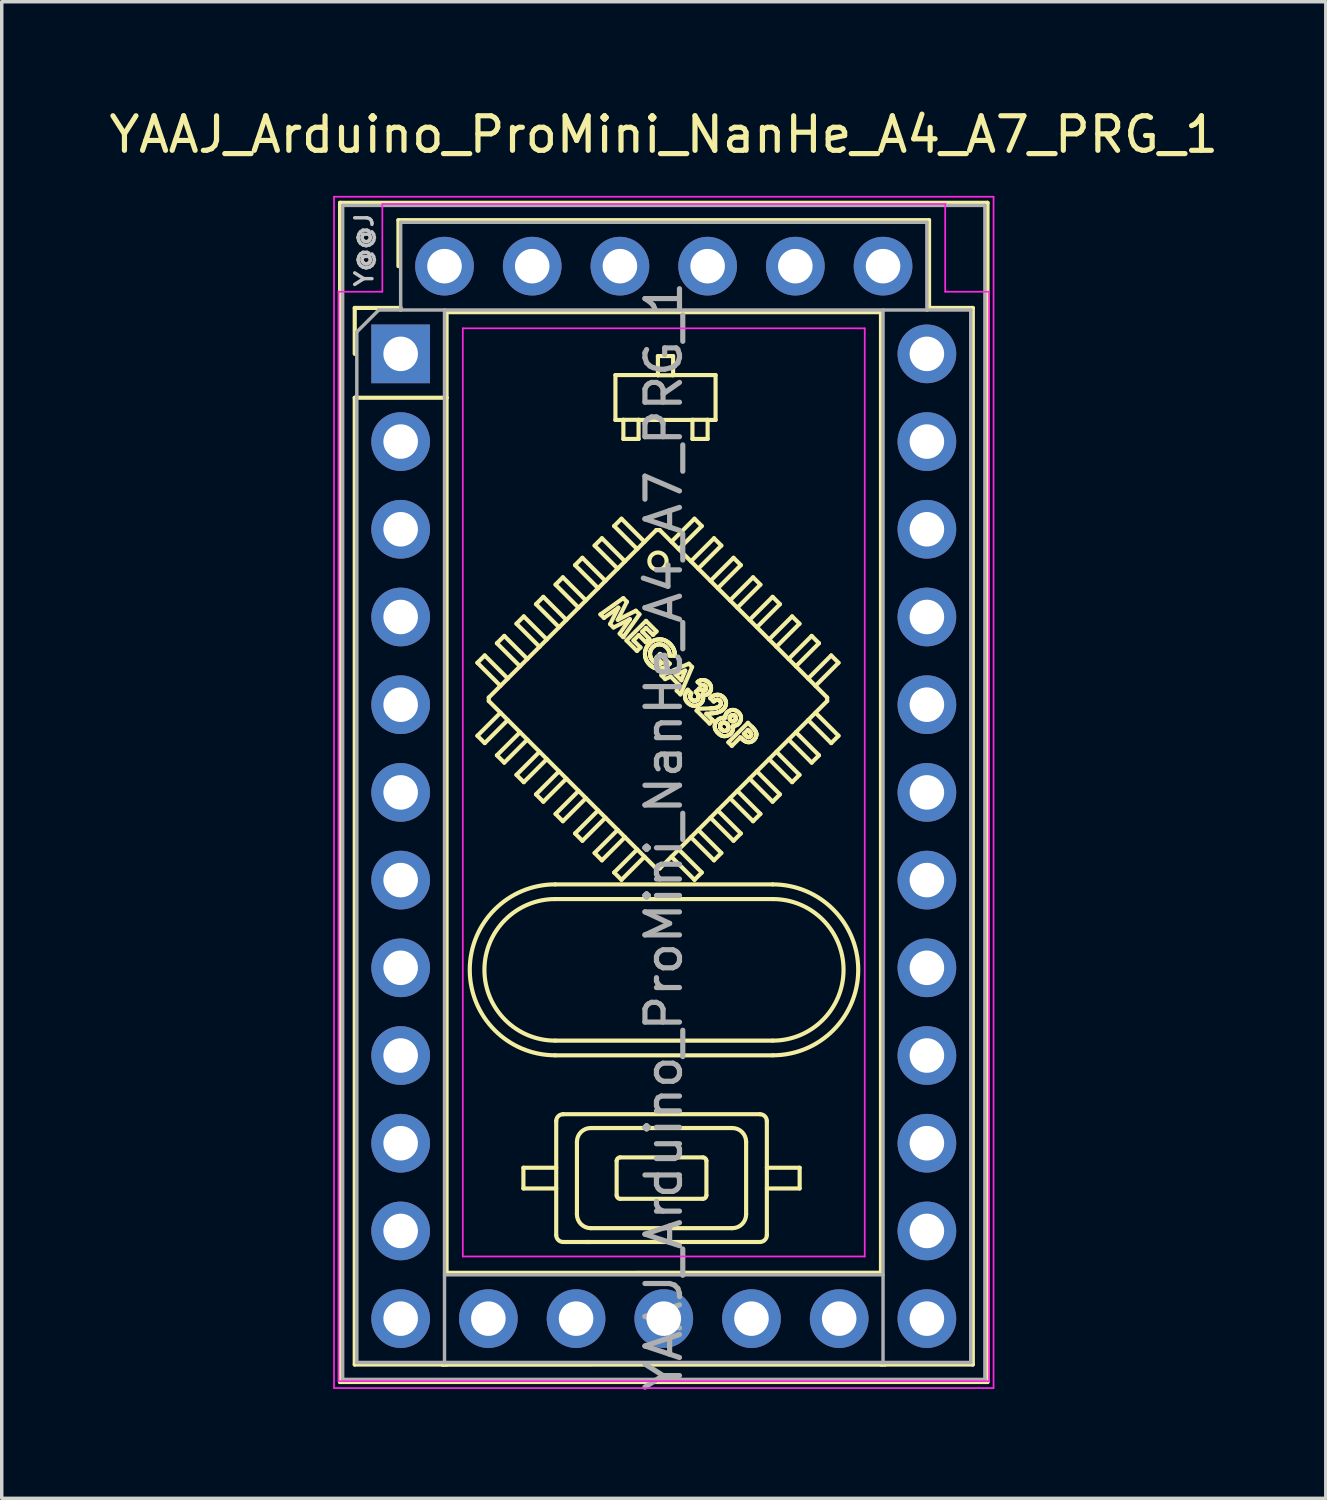
<source format=kicad_pcb>
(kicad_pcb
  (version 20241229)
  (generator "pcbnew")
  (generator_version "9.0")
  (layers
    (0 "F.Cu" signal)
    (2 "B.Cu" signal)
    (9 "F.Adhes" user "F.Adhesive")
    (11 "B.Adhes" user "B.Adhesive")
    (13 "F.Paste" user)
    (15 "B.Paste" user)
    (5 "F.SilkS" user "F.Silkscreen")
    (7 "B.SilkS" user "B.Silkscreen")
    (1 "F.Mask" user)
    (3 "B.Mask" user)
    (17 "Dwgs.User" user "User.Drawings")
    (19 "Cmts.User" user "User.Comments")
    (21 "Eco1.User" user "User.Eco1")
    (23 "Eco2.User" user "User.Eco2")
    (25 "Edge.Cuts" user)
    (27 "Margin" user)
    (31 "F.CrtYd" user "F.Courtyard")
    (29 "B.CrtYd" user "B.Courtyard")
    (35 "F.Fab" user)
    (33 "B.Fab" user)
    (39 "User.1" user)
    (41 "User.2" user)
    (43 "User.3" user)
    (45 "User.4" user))
  (footprint "YAAJ_Arduino_ProMini_NanHe_A4_A7_PRG_1"
    (layer "F.Cu")
    (at 8.553 7.198)
    (property "Reference" "YAAJ_Arduino_ProMini_NanHe_A4_A7_PRG_1" (at 7.62 -6.35 180) (layer "F.SilkS") (effects (font (size 1 1) (thickness 0.15))))
    (attr through_hole)
    (fp_line (start -1.755 -4.375) (end 16.995 -4.375) (stroke (width 0.12) (type solid)) (layer "F.SilkS"))
    (fp_line (start -1.755 29.775) (end -1.755 -4.375) (stroke (width 0.12) (type solid)) (layer "F.SilkS"))
    (fp_line (start -1.755 29.775) (end 16.995 29.775) (stroke (width 0.12) (type solid)) (layer "F.SilkS"))
    (fp_line (start -1.33 -1.33) (end 0 -1.33) (stroke (width 0.12) (type solid)) (layer "F.SilkS"))
    (fp_line (start -1.33 0) (end -1.33 -1.33) (stroke (width 0.12) (type solid)) (layer "F.SilkS"))
    (fp_line (start -1.33 1.27) (end -1.33 29.27) (stroke (width 0.12) (type solid)) (layer "F.SilkS"))
    (fp_line (start -1.33 1.27) (end 1.33 1.27) (stroke (width 0.12) (type solid)) (layer "F.SilkS"))
    (fp_line (start -1.33 29.27) (end 1.33 29.27) (stroke (width 0.12) (type solid)) (layer "F.SilkS"))
    (fp_line (start -0.064 -3.873) (end 15.303 -3.873) (stroke (width 0.12) (type solid)) (layer "F.SilkS"))
    (fp_line (start -0.064 -2.54) (end -0.064 -3.873) (stroke (width 0.12) (type solid)) (layer "F.SilkS"))
    (fp_line (start 1.206 29.273) (end 14.034 29.27) (stroke (width 0.12) (type solid)) (layer "F.SilkS"))
    (fp_line (start 1.33 1.27) (end 1.33 -1.206) (stroke (width 0.12) (type solid)) (layer "F.SilkS"))
    (fp_line (start 1.33 1.27) (end 1.33 26.613) (stroke (width 0.12) (type solid)) (layer "F.SilkS"))
    (fp_line (start 1.33 26.613) (end 13.91 26.61) (stroke (width 0.12) (type solid)) (layer "F.SilkS"))
    (fp_line (start 2.223 8.946) (end 2.435 8.734) (stroke (width 0.12) (type solid)) (layer "F.SilkS"))
    (fp_line (start 2.223 8.946) (end 2.891 9.614) (stroke (width 0.12) (type solid)) (layer "F.SilkS"))
    (fp_line (start 2.223 11.06) (end 2.435 11.272) (stroke (width 0.12) (type solid)) (layer "F.SilkS"))
    (fp_line (start 2.223 11.06) (end 2.891 10.392) (stroke (width 0.12) (type solid)) (layer "F.SilkS"))
    (fp_line (start 2.435 8.734) (end 3.103 9.402) (stroke (width 0.12) (type solid)) (layer "F.SilkS"))
    (fp_line (start 2.435 11.272) (end 3.103 10.604) (stroke (width 0.12) (type solid)) (layer "F.SilkS"))
    (fp_line (start 2.552 10.053) (end 2.552 9.953) (stroke (width 0.12) (type solid)) (layer "F.SilkS"))
    (fp_line (start 2.788 8.38) (end 3.001 8.168) (stroke (width 0.12) (type solid)) (layer "F.SilkS"))
    (fp_line (start 2.788 8.38) (end 3.457 9.049) (stroke (width 0.12) (type solid)) (layer "F.SilkS"))
    (fp_line (start 2.788 11.626) (end 3.001 11.838) (stroke (width 0.12) (type solid)) (layer "F.SilkS"))
    (fp_line (start 2.788 11.626) (end 3.457 10.958) (stroke (width 0.12) (type solid)) (layer "F.SilkS"))
    (fp_line (start 3.001 8.168) (end 3.669 8.836) (stroke (width 0.12) (type solid)) (layer "F.SilkS"))
    (fp_line (start 3.001 11.838) (end 3.669 11.17) (stroke (width 0.12) (type solid)) (layer "F.SilkS"))
    (fp_line (start 3.354 7.815) (end 3.566 7.603) (stroke (width 0.12) (type solid)) (layer "F.SilkS"))
    (fp_line (start 3.354 7.815) (end 4.022 8.483) (stroke (width 0.12) (type solid)) (layer "F.SilkS"))
    (fp_line (start 3.354 12.192) (end 3.566 12.404) (stroke (width 0.12) (type solid)) (layer "F.SilkS"))
    (fp_line (start 3.354 12.192) (end 4.022 11.523) (stroke (width 0.12) (type solid)) (layer "F.SilkS"))
    (fp_line (start 3.555 23.57) (end 4.505 23.57) (stroke (width 0.12) (type solid)) (layer "F.SilkS"))
    (fp_line (start 3.555 24.17) (end 3.555 23.57) (stroke (width 0.12) (type solid)) (layer "F.SilkS"))
    (fp_line (start 3.555 24.17) (end 4.505 24.17) (stroke (width 0.12) (type solid)) (layer "F.SilkS"))
    (fp_line (start 3.566 7.603) (end 4.234 8.271) (stroke (width 0.12) (type solid)) (layer "F.SilkS"))
    (fp_line (start 3.566 12.404) (end 4.234 11.736) (stroke (width 0.12) (type solid)) (layer "F.SilkS"))
    (fp_line (start 3.92 7.249) (end 4.132 7.037) (stroke (width 0.12) (type solid)) (layer "F.SilkS"))
    (fp_line (start 3.92 7.249) (end 4.588 7.917) (stroke (width 0.12) (type solid)) (layer "F.SilkS"))
    (fp_line (start 3.92 12.757) (end 4.132 12.97) (stroke (width 0.12) (type solid)) (layer "F.SilkS"))
    (fp_line (start 3.92 12.757) (end 4.588 12.089) (stroke (width 0.12) (type solid)) (layer "F.SilkS"))
    (fp_line (start 4.132 7.037) (end 4.8 7.705) (stroke (width 0.12) (type solid)) (layer "F.SilkS"))
    (fp_line (start 4.132 12.97) (end 4.8 12.301) (stroke (width 0.12) (type solid)) (layer "F.SilkS"))
    (fp_line (start 4.476 15.789) (end 10.776 15.789) (stroke (width 0.12) (type solid)) (layer "F.SilkS"))
    (fp_line (start 4.476 20.314) (end 10.776 20.314) (stroke (width 0.12) (type solid)) (layer "F.SilkS"))
    (fp_line (start 4.486 6.683) (end 4.698 6.471) (stroke (width 0.12) (type solid)) (layer "F.SilkS"))
    (fp_line (start 4.486 6.683) (end 5.154 7.352) (stroke (width 0.12) (type solid)) (layer "F.SilkS"))
    (fp_line (start 4.486 13.323) (end 4.698 13.535) (stroke (width 0.12) (type solid)) (layer "F.SilkS"))
    (fp_line (start 4.486 13.323) (end 5.154 12.655) (stroke (width 0.12) (type solid)) (layer "F.SilkS"))
    (fp_line (start 4.505 25.52) (end 4.505 22.22) (stroke (width 0.12) (type solid)) (layer "F.SilkS"))
    (fp_line (start 4.698 6.471) (end 5.366 7.139) (stroke (width 0.12) (type solid)) (layer "F.SilkS"))
    (fp_line (start 4.698 13.535) (end 5.366 12.867) (stroke (width 0.12) (type solid)) (layer "F.SilkS"))
    (fp_line (start 4.705 22.02) (end 10.405 22.02) (stroke (width 0.12) (type solid)) (layer "F.SilkS"))
    (fp_line (start 5.051 6.118) (end 5.263 5.906) (stroke (width 0.12) (type solid)) (layer "F.SilkS"))
    (fp_line (start 5.051 6.118) (end 5.719 6.786) (stroke (width 0.12) (type solid)) (layer "F.SilkS"))
    (fp_line (start 5.051 13.889) (end 5.263 14.101) (stroke (width 0.12) (type solid)) (layer "F.SilkS"))
    (fp_line (start 5.051 13.889) (end 5.719 13.221) (stroke (width 0.12) (type solid)) (layer "F.SilkS"))
    (fp_line (start 5.105 24.92) (end 5.105 22.82) (stroke (width 0.12) (type solid)) (layer "F.SilkS"))
    (fp_line (start 5.263 5.906) (end 5.932 6.574) (stroke (width 0.12) (type solid)) (layer "F.SilkS"))
    (fp_line (start 5.263 14.101) (end 5.932 13.433) (stroke (width 0.12) (type solid)) (layer "F.SilkS"))
    (fp_line (start 5.403 25.721) (end 5.423 25.721) (stroke (width 0.12) (type solid)) (layer "F.SilkS"))
    (fp_line (start 5.453 25.721) (end 5.48 25.721) (stroke (width 0.12) (type solid)) (layer "F.SilkS"))
    (fp_line (start 5.505 22.42) (end 9.605 22.42) (stroke (width 0.12) (type solid)) (layer "F.SilkS"))
    (fp_line (start 5.617 5.552) (end 5.829 5.34) (stroke (width 0.12) (type solid)) (layer "F.SilkS"))
    (fp_line (start 5.617 5.552) (end 6.285 6.22) (stroke (width 0.12) (type solid)) (layer "F.SilkS"))
    (fp_line (start 5.617 14.454) (end 5.829 14.667) (stroke (width 0.12) (type solid)) (layer "F.SilkS"))
    (fp_line (start 5.617 14.454) (end 6.285 13.786) (stroke (width 0.12) (type solid)) (layer "F.SilkS"))
    (fp_line (start 5.786 7.545) (end 6.447 7.074) (stroke (width 0.12) (type solid)) (layer "F.SilkS"))
    (fp_line (start 5.829 5.34) (end 6.497 6.008) (stroke (width 0.12) (type solid)) (layer "F.SilkS"))
    (fp_line (start 5.829 14.667) (end 6.497 13.998) (stroke (width 0.12) (type solid)) (layer "F.SilkS"))
    (fp_line (start 5.888 7.647) (end 5.786 7.545) (stroke (width 0.12) (type solid)) (layer "F.SilkS"))
    (fp_line (start 6.066 7.825) (end 6.306 7.35) (stroke (width 0.12) (type solid)) (layer "F.SilkS"))
    (fp_line (start 6.165 7.924) (end 6.066 7.825) (stroke (width 0.12) (type solid)) (layer "F.SilkS"))
    (fp_line (start 6.183 4.986) (end 6.395 4.774) (stroke (width 0.12) (type solid)) (layer "F.SilkS"))
    (fp_line (start 6.183 4.986) (end 6.851 5.654) (stroke (width 0.12) (type solid)) (layer "F.SilkS"))
    (fp_line (start 6.183 15.02) (end 6.395 15.232) (stroke (width 0.12) (type solid)) (layer "F.SilkS"))
    (fp_line (start 6.183 15.02) (end 6.851 14.352) (stroke (width 0.12) (type solid)) (layer "F.SilkS"))
    (fp_line (start 6.22 0.614) (end 7.45 0.614) (stroke (width 0.12) (type solid)) (layer "F.SilkS"))
    (fp_line (start 6.22 1.914) (end 6.22 0.614) (stroke (width 0.12) (type solid)) (layer "F.SilkS"))
    (fp_line (start 6.22 1.914) (end 6.45 1.914) (stroke (width 0.12) (type solid)) (layer "F.SilkS"))
    (fp_line (start 6.255 24.37) (end 6.255 23.37) (stroke (width 0.12) (type solid)) (layer "F.SilkS"))
    (fp_line (start 6.287 7.703) (end 6.811 7.439) (stroke (width 0.12) (type solid)) (layer "F.SilkS"))
    (fp_line (start 6.306 7.35) (end 5.888 7.647) (stroke (width 0.12) (type solid)) (layer "F.SilkS"))
    (fp_line (start 6.343 8.102) (end 6.64 7.684) (stroke (width 0.12) (type solid)) (layer "F.SilkS"))
    (fp_line (start 6.355 23.27) (end 8.755 23.27) (stroke (width 0.12) (type solid)) (layer "F.SilkS"))
    (fp_line (start 6.395 4.774) (end 7.063 5.442) (stroke (width 0.12) (type solid)) (layer "F.SilkS"))
    (fp_line (start 6.395 15.232) (end 7.063 14.564) (stroke (width 0.12) (type solid)) (layer "F.SilkS"))
    (fp_line (start 6.446 8.204) (end 6.343 8.102) (stroke (width 0.12) (type solid)) (layer "F.SilkS"))
    (fp_line (start 6.447 7.074) (end 6.552 7.18) (stroke (width 0.12) (type solid)) (layer "F.SilkS"))
    (fp_line (start 6.45 2.464) (end 6.45 1.909) (stroke (width 0.12) (type solid)) (layer "F.SilkS"))
    (fp_line (start 6.54 8.299) (end 7.106 7.733) (stroke (width 0.12) (type solid)) (layer "F.SilkS"))
    (fp_line (start 6.552 7.18) (end 6.287 7.703) (stroke (width 0.12) (type solid)) (layer "F.SilkS"))
    (fp_line (start 6.64 7.684) (end 6.165 7.924) (stroke (width 0.12) (type solid)) (layer "F.SilkS"))
    (fp_line (start 6.743 8.299) (end 6.946 8.502) (stroke (width 0.12) (type solid)) (layer "F.SilkS"))
    (fp_line (start 6.811 7.439) (end 6.916 7.543) (stroke (width 0.12) (type solid)) (layer "F.SilkS"))
    (fp_line (start 6.844 8.603) (end 6.54 8.299) (stroke (width 0.12) (type solid)) (layer "F.SilkS"))
    (fp_line (start 6.89 1.909) (end 6.45 1.909) (stroke (width 0.12) (type solid)) (layer "F.SilkS"))
    (fp_line (start 6.89 1.914) (end 8.45 1.914) (stroke (width 0.12) (type solid)) (layer "F.SilkS"))
    (fp_line (start 6.89 2.464) (end 6.45 2.464) (stroke (width 0.12) (type solid)) (layer "F.SilkS"))
    (fp_line (start 6.89 2.464) (end 6.89 1.909) (stroke (width 0.12) (type solid)) (layer "F.SilkS"))
    (fp_line (start 6.895 8.146) (end 6.743 8.299) (stroke (width 0.12) (type solid)) (layer "F.SilkS"))
    (fp_line (start 6.916 7.543) (end 6.446 8.204) (stroke (width 0.12) (type solid)) (layer "F.SilkS"))
    (fp_line (start 6.946 8.502) (end 6.844 8.603) (stroke (width 0.12) (type solid)) (layer "F.SilkS"))
    (fp_line (start 6.997 8.045) (end 7.2 8.248) (stroke (width 0.12) (type solid)) (layer "F.SilkS"))
    (fp_line (start 7.098 8.35) (end 6.895 8.146) (stroke (width 0.12) (type solid)) (layer "F.SilkS"))
    (fp_line (start 7.106 7.733) (end 7.41 8.038) (stroke (width 0.12) (type solid)) (layer "F.SilkS"))
    (fp_line (start 7.106 7.936) (end 6.997 8.045) (stroke (width 0.12) (type solid)) (layer "F.SilkS"))
    (fp_line (start 7.2 8.248) (end 7.098 8.35) (stroke (width 0.12) (type solid)) (layer "F.SilkS"))
    (fp_line (start 7.309 8.139) (end 7.106 7.936) (stroke (width 0.12) (type solid)) (layer "F.SilkS"))
    (fp_line (start 7.402 5.103) (end 2.552 9.953) (stroke (width 0.12) (type solid)) (layer "F.SilkS"))
    (fp_line (start 7.402 14.903) (end 2.552 10.053) (stroke (width 0.12) (type solid)) (layer "F.SilkS"))
    (fp_line (start 7.402 14.903) (end 7.502 14.903) (stroke (width 0.12) (type solid)) (layer "F.SilkS"))
    (fp_line (start 7.41 8.038) (end 7.309 8.139) (stroke (width 0.12) (type solid)) (layer "F.SilkS"))
    (fp_line (start 7.41 8.792) (end 7.512 8.69) (stroke (width 0.12) (type solid)) (layer "F.SilkS"))
    (fp_line (start 7.45 0.619) (end 7.45 0.064) (stroke (width 0.12) (type solid)) (layer "F.SilkS"))
    (fp_line (start 7.502 5.103) (end 7.402 5.103) (stroke (width 0.12) (type solid)) (layer "F.SilkS"))
    (fp_line (start 7.512 8.69) (end 7.794 8.972) (stroke (width 0.12) (type solid)) (layer "F.SilkS"))
    (fp_line (start 7.552 9.31) (end 8.346 8.973) (stroke (width 0.12) (type solid)) (layer "F.SilkS"))
    (fp_line (start 7.572 8.954) (end 7.41 8.792) (stroke (width 0.12) (type solid)) (layer "F.SilkS"))
    (fp_line (start 7.66 9.419) (end 7.552 9.31) (stroke (width 0.12) (type solid)) (layer "F.SilkS"))
    (fp_line (start 7.794 8.972) (end 7.77 8.997) (stroke (width 0.12) (type solid)) (layer "F.SilkS"))
    (fp_line (start 7.82 9.347) (end 7.66 9.419) (stroke (width 0.12) (type solid)) (layer "F.SilkS"))
    (fp_line (start 7.89 0.064) (end 7.45 0.064) (stroke (width 0.12) (type solid)) (layer "F.SilkS"))
    (fp_line (start 7.89 0.614) (end 9.12 0.614) (stroke (width 0.12) (type solid)) (layer "F.SilkS"))
    (fp_line (start 7.89 0.619) (end 7.45 0.619) (stroke (width 0.12) (type solid)) (layer "F.SilkS"))
    (fp_line (start 7.89 0.619) (end 7.89 0.064) (stroke (width 0.12) (type solid)) (layer "F.SilkS"))
    (fp_line (start 7.94 8.748) (end 7.79 8.744) (stroke (width 0.12) (type solid)) (layer "F.SilkS"))
    (fp_line (start 7.96 9.284) (end 8.129 9.453) (stroke (width 0.12) (type solid)) (layer "F.SilkS"))
    (fp_line (start 7.994 9.753) (end 8.066 9.593) (stroke (width 0.12) (type solid)) (layer "F.SilkS"))
    (fp_line (start 8.066 9.593) (end 7.82 9.347) (stroke (width 0.12) (type solid)) (layer "F.SilkS"))
    (fp_line (start 8.103 9.862) (end 7.994 9.753) (stroke (width 0.12) (type solid)) (layer "F.SilkS"))
    (fp_line (start 8.129 9.453) (end 8.241 9.172) (stroke (width 0.12) (type solid)) (layer "F.SilkS"))
    (fp_line (start 8.241 9.172) (end 7.96 9.284) (stroke (width 0.12) (type solid)) (layer "F.SilkS"))
    (fp_line (start 8.317 9.727) (end 8.418 9.829) (stroke (width 0.12) (type solid)) (layer "F.SilkS"))
    (fp_line (start 8.346 8.973) (end 8.44 9.068) (stroke (width 0.12) (type solid)) (layer "F.SilkS"))
    (fp_line (start 8.44 9.068) (end 8.103 9.862) (stroke (width 0.12) (type solid)) (layer "F.SilkS"))
    (fp_line (start 8.45 2.464) (end 8.45 1.909) (stroke (width 0.12) (type solid)) (layer "F.SilkS"))
    (fp_line (start 8.509 4.774) (end 7.841 5.442) (stroke (width 0.12) (type solid)) (layer "F.SilkS"))
    (fp_line (start 8.509 4.774) (end 8.721 4.986) (stroke (width 0.12) (type solid)) (layer "F.SilkS"))
    (fp_line (start 8.509 15.232) (end 7.841 14.564) (stroke (width 0.12) (type solid)) (layer "F.SilkS"))
    (fp_line (start 8.509 15.232) (end 8.721 15.02) (stroke (width 0.12) (type solid)) (layer "F.SilkS"))
    (fp_line (start 8.549 9.785) (end 8.643 9.691) (stroke (width 0.12) (type solid)) (layer "F.SilkS"))
    (fp_line (start 8.57 10.329) (end 8.622 10.278) (stroke (width 0.12) (type solid)) (layer "F.SilkS"))
    (fp_line (start 8.622 10.278) (end 8.968 10.267) (stroke (width 0.12) (type solid)) (layer "F.SilkS"))
    (fp_line (start 8.701 9.604) (end 8.599 9.503) (stroke (width 0.12) (type solid)) (layer "F.SilkS"))
    (fp_line (start 8.721 4.986) (end 8.053 5.654) (stroke (width 0.12) (type solid)) (layer "F.SilkS"))
    (fp_line (start 8.721 15.02) (end 8.053 14.352) (stroke (width 0.12) (type solid)) (layer "F.SilkS"))
    (fp_line (start 8.755 24.47) (end 6.355 24.47) (stroke (width 0.12) (type solid)) (layer "F.SilkS"))
    (fp_line (start 8.852 10.422) (end 9.042 10.612) (stroke (width 0.12) (type solid)) (layer "F.SilkS"))
    (fp_line (start 8.855 23.37) (end 8.855 24.37) (stroke (width 0.12) (type solid)) (layer "F.SilkS"))
    (fp_line (start 8.89 1.909) (end 8.45 1.909) (stroke (width 0.12) (type solid)) (layer "F.SilkS"))
    (fp_line (start 8.89 1.914) (end 9.12 1.914) (stroke (width 0.12) (type solid)) (layer "F.SilkS"))
    (fp_line (start 8.89 2.464) (end 8.45 2.464) (stroke (width 0.12) (type solid)) (layer "F.SilkS"))
    (fp_line (start 8.89 2.464) (end 8.89 1.909) (stroke (width 0.12) (type solid)) (layer "F.SilkS"))
    (fp_line (start 8.948 10.707) (end 8.57 10.329) (stroke (width 0.12) (type solid)) (layer "F.SilkS"))
    (fp_line (start 8.978 10.413) (end 8.852 10.422) (stroke (width 0.12) (type solid)) (layer "F.SilkS"))
    (fp_line (start 9.042 10.612) (end 8.948 10.707) (stroke (width 0.12) (type solid)) (layer "F.SilkS"))
    (fp_line (start 9.064 10.068) (end 8.962 9.967) (stroke (width 0.12) (type solid)) (layer "F.SilkS"))
    (fp_line (start 9.075 5.34) (end 8.406 6.008) (stroke (width 0.12) (type solid)) (layer "F.SilkS"))
    (fp_line (start 9.075 5.34) (end 9.287 5.552) (stroke (width 0.12) (type solid)) (layer "F.SilkS"))
    (fp_line (start 9.075 14.667) (end 8.406 13.998) (stroke (width 0.12) (type solid)) (layer "F.SilkS"))
    (fp_line (start 9.12 1.914) (end 9.12 0.614) (stroke (width 0.12) (type solid)) (layer "F.SilkS"))
    (fp_line (start 9.287 5.552) (end 8.619 6.22) (stroke (width 0.12) (type solid)) (layer "F.SilkS"))
    (fp_line (start 9.287 14.454) (end 8.619 13.786) (stroke (width 0.12) (type solid)) (layer "F.SilkS"))
    (fp_line (start 9.287 14.454) (end 9.075 14.667) (stroke (width 0.12) (type solid)) (layer "F.SilkS"))
    (fp_line (start 9.492 11.25) (end 10.057 10.685) (stroke (width 0.12) (type solid)) (layer "F.SilkS"))
    (fp_line (start 9.593 11.352) (end 9.492 11.25) (stroke (width 0.12) (type solid)) (layer "F.SilkS"))
    (fp_line (start 9.605 25.32) (end 5.505 25.32) (stroke (width 0.12) (type solid)) (layer "F.SilkS"))
    (fp_line (start 9.64 5.906) (end 8.972 6.574) (stroke (width 0.12) (type solid)) (layer "F.SilkS"))
    (fp_line (start 9.64 5.906) (end 9.852 6.118) (stroke (width 0.12) (type solid)) (layer "F.SilkS"))
    (fp_line (start 9.64 14.101) (end 8.972 13.433) (stroke (width 0.12) (type solid)) (layer "F.SilkS"))
    (fp_line (start 9.64 14.101) (end 9.852 13.889) (stroke (width 0.12) (type solid)) (layer "F.SilkS"))
    (fp_line (start 9.84 11.105) (end 9.593 11.352) (stroke (width 0.12) (type solid)) (layer "F.SilkS"))
    (fp_line (start 9.852 6.118) (end 9.184 6.786) (stroke (width 0.12) (type solid)) (layer "F.SilkS"))
    (fp_line (start 9.852 13.889) (end 9.184 13.221) (stroke (width 0.12) (type solid)) (layer "F.SilkS"))
    (fp_line (start 9.941 11.004) (end 9.977 11.04) (stroke (width 0.12) (type solid)) (layer "F.SilkS"))
    (fp_line (start 10.005 22.82) (end 10.005 24.92) (stroke (width 0.12) (type solid)) (layer "F.SilkS"))
    (fp_line (start 10.057 10.685) (end 10.171 10.798) (stroke (width 0.12) (type solid)) (layer "F.SilkS"))
    (fp_line (start 10.057 10.888) (end 9.941 11.004) (stroke (width 0.12) (type solid)) (layer "F.SilkS"))
    (fp_line (start 10.089 10.92) (end 10.057 10.888) (stroke (width 0.12) (type solid)) (layer "F.SilkS"))
    (fp_line (start 10.206 6.471) (end 9.538 7.139) (stroke (width 0.12) (type solid)) (layer "F.SilkS"))
    (fp_line (start 10.206 6.471) (end 10.418 6.683) (stroke (width 0.12) (type solid)) (layer "F.SilkS"))
    (fp_line (start 10.206 13.535) (end 9.538 12.867) (stroke (width 0.12) (type solid)) (layer "F.SilkS"))
    (fp_line (start 10.206 13.535) (end 10.418 13.323) (stroke (width 0.12) (type solid)) (layer "F.SilkS"))
    (fp_line (start 10.405 25.72) (end 4.705 25.72) (stroke (width 0.12) (type solid)) (layer "F.SilkS"))
    (fp_line (start 10.418 6.683) (end 9.75 7.352) (stroke (width 0.12) (type solid)) (layer "F.SilkS"))
    (fp_line (start 10.418 13.323) (end 9.75 12.655) (stroke (width 0.12) (type solid)) (layer "F.SilkS"))
    (fp_line (start 10.605 22.22) (end 10.605 25.52) (stroke (width 0.12) (type solid)) (layer "F.SilkS"))
    (fp_line (start 10.772 7.037) (end 10.103 7.705) (stroke (width 0.12) (type solid)) (layer "F.SilkS"))
    (fp_line (start 10.772 7.037) (end 10.984 7.249) (stroke (width 0.12) (type solid)) (layer "F.SilkS"))
    (fp_line (start 10.772 12.97) (end 10.103 12.301) (stroke (width 0.12) (type solid)) (layer "F.SilkS"))
    (fp_line (start 10.772 12.97) (end 10.984 12.757) (stroke (width 0.12) (type solid)) (layer "F.SilkS"))
    (fp_line (start 10.776 15.364) (end 4.476 15.364) (stroke (width 0.12) (type solid)) (layer "F.SilkS"))
    (fp_line (start 10.776 19.889) (end 4.476 19.889) (stroke (width 0.12) (type solid)) (layer "F.SilkS"))
    (fp_line (start 10.984 7.249) (end 10.316 7.917) (stroke (width 0.12) (type solid)) (layer "F.SilkS"))
    (fp_line (start 10.984 12.757) (end 10.316 12.089) (stroke (width 0.12) (type solid)) (layer "F.SilkS"))
    (fp_line (start 11.337 7.603) (end 10.669 8.271) (stroke (width 0.12) (type solid)) (layer "F.SilkS"))
    (fp_line (start 11.337 7.603) (end 11.55 7.815) (stroke (width 0.12) (type solid)) (layer "F.SilkS"))
    (fp_line (start 11.337 12.404) (end 10.669 11.736) (stroke (width 0.12) (type solid)) (layer "F.SilkS"))
    (fp_line (start 11.337 12.404) (end 11.55 12.192) (stroke (width 0.12) (type solid)) (layer "F.SilkS"))
    (fp_line (start 11.55 7.815) (end 10.881 8.483) (stroke (width 0.12) (type solid)) (layer "F.SilkS"))
    (fp_line (start 11.55 12.192) (end 10.881 11.523) (stroke (width 0.12) (type solid)) (layer "F.SilkS"))
    (fp_line (start 11.555 23.57) (end 10.605 23.57) (stroke (width 0.12) (type solid)) (layer "F.SilkS"))
    (fp_line (start 11.555 24.17) (end 10.605 24.17) (stroke (width 0.12) (type solid)) (layer "F.SilkS"))
    (fp_line (start 11.555 24.17) (end 11.555 23.57) (stroke (width 0.12) (type solid)) (layer "F.SilkS"))
    (fp_line (start 11.903 8.168) (end 11.235 8.836) (stroke (width 0.12) (type solid)) (layer "F.SilkS"))
    (fp_line (start 11.903 8.168) (end 12.115 8.38) (stroke (width 0.12) (type solid)) (layer "F.SilkS"))
    (fp_line (start 11.903 11.838) (end 11.235 11.17) (stroke (width 0.12) (type solid)) (layer "F.SilkS"))
    (fp_line (start 11.903 11.838) (end 12.115 11.626) (stroke (width 0.12) (type solid)) (layer "F.SilkS"))
    (fp_line (start 12.115 8.38) (end 11.447 9.049) (stroke (width 0.12) (type solid)) (layer "F.SilkS"))
    (fp_line (start 12.115 11.626) (end 11.447 10.958) (stroke (width 0.12) (type solid)) (layer "F.SilkS"))
    (fp_line (start 12.352 9.953) (end 7.502 5.103) (stroke (width 0.12) (type solid)) (layer "F.SilkS"))
    (fp_line (start 12.352 9.953) (end 12.352 10.053) (stroke (width 0.12) (type solid)) (layer "F.SilkS"))
    (fp_line (start 12.352 10.053) (end 7.502 14.903) (stroke (width 0.12) (type solid)) (layer "F.SilkS"))
    (fp_line (start 12.469 8.734) (end 11.801 9.402) (stroke (width 0.12) (type solid)) (layer "F.SilkS"))
    (fp_line (start 12.469 8.734) (end 12.681 8.946) (stroke (width 0.12) (type solid)) (layer "F.SilkS"))
    (fp_line (start 12.469 11.272) (end 11.801 10.604) (stroke (width 0.12) (type solid)) (layer "F.SilkS"))
    (fp_line (start 12.469 11.272) (end 12.681 11.06) (stroke (width 0.12) (type solid)) (layer "F.SilkS"))
    (fp_line (start 12.681 8.946) (end 12.013 9.614) (stroke (width 0.12) (type solid)) (layer "F.SilkS"))
    (fp_line (start 12.681 11.06) (end 12.013 10.392) (stroke (width 0.12) (type solid)) (layer "F.SilkS"))
    (fp_line (start 13.91 -1.206) (end 1.33 -1.206) (stroke (width 0.12) (type solid)) (layer "F.SilkS"))
    (fp_line (start 13.91 -1.206) (end 13.91 26.61) (stroke (width 0.12) (type solid)) (layer "F.SilkS"))
    (fp_line (start 13.91 29.27) (end 16.57 29.27) (stroke (width 0.12) (type solid)) (layer "F.SilkS"))
    (fp_line (start 15.303 -3.873) (end 15.303 -1.33) (stroke (width 0.12) (type solid)) (layer "F.SilkS"))
    (fp_line (start 15.303 -1.33) (end 16.57 -1.33) (stroke (width 0.12) (type solid)) (layer "F.SilkS"))
    (fp_line (start 16.57 -1.33) (end 16.57 29.27) (stroke (width 0.12) (type solid)) (layer "F.SilkS"))
    (fp_line (start 16.995 -4.375) (end 16.995 29.775) (stroke (width 0.12) (type solid)) (layer "F.SilkS"))
    (fp_arc (start 4.476325 19.888864) (mid 2.426325 17.838864) (end 4.476325 15.788864) (stroke (width 0.12) (type solid)) (layer "F.SilkS"))
    (fp_arc (start 4.476325 20.313864) (mid 2.001325 17.838864) (end 4.476325 15.363864) (stroke (width 0.12) (type solid)) (layer "F.SilkS"))
    (fp_arc (start 4.504883 22.219978) (mid 4.563462 22.078557) (end 4.704883 22.019978) (stroke (width 0.12) (type solid)) (layer "F.SilkS"))
    (fp_arc (start 4.704883 25.719978) (mid 4.563462 25.661399) (end 4.504883 25.519978) (stroke (width 0.12) (type solid)) (layer "F.SilkS"))
    (fp_arc (start 5.104883 22.819978) (mid 5.22204 22.537135) (end 5.504883 22.419978) (stroke (width 0.12) (type solid)) (layer "F.SilkS"))
    (fp_arc (start 5.504883 25.319978) (mid 5.22204 25.202821) (end 5.104883 24.919978) (stroke (width 0.12) (type solid)) (layer "F.SilkS"))
    (fp_arc (start 6.254883 23.369978) (mid 6.284172 23.299267) (end 6.354883 23.269978) (stroke (width 0.12) (type solid)) (layer "F.SilkS"))
    (fp_arc (start 6.354883 24.469978) (mid 6.284172 24.440689) (end 6.254883 24.369978) (stroke (width 0.12) (type solid)) (layer "F.SilkS"))
    (fp_arc (start 8.754883 23.269978) (mid 8.825594 23.299267) (end 8.854883 23.369978) (stroke (width 0.12) (type solid)) (layer "F.SilkS"))
    (fp_arc (start 8.854883 24.369978) (mid 8.825594 24.440689) (end 8.754883 24.469978) (stroke (width 0.12) (type solid)) (layer "F.SilkS"))
    (fp_arc (start 9.604883 22.419978) (mid 9.887726 22.537135) (end 10.004883 22.819978) (stroke (width 0.12) (type solid)) (layer "F.SilkS"))
    (fp_arc (start 10.004883 24.919978) (mid 9.887726 25.202821) (end 9.604883 25.319978) (stroke (width 0.12) (type solid)) (layer "F.SilkS"))
    (fp_arc (start 10.404883 22.019978) (mid 10.546304 22.078557) (end 10.604883 22.219978) (stroke (width 0.12) (type solid)) (layer "F.SilkS"))
    (fp_arc (start 10.604883 25.519978) (mid 10.546304 25.661399) (end 10.404883 25.719978) (stroke (width 0.12) (type solid)) (layer "F.SilkS"))
    (fp_arc (start 10.776325 15.363864) (mid 13.251325 17.838864) (end 10.776325 20.313864) (stroke (width 0.12) (type solid)) (layer "F.SilkS"))
    (fp_arc (start 10.776325 15.788864) (mid 12.826325 17.838864) (end 10.776325 19.888864) (stroke (width 0.12) (type solid)) (layer "F.SilkS"))
    (fp_circle (center 7.452 6.003) (end 7.702 6.003) (stroke (width 0.12) (type solid)) (fill no) (layer "F.SilkS"))
    (fp_curve (pts (xy 7.075 8.693) (xy 7.075 8.684) (xy 7.075 8.675) (xy 7.076 8.666)) (stroke (width 0.12) (type solid)) (layer "F.SilkS"))
    (fp_curve (pts (xy 7.076 8.666) (xy 7.076 8.657) (xy 7.077 8.647) (xy 7.078 8.638)) (stroke (width 0.12) (type solid)) (layer "F.SilkS"))
    (fp_curve (pts (xy 7.076 8.72) (xy 7.075 8.711) (xy 7.075 8.702) (xy 7.075 8.693)) (stroke (width 0.12) (type solid)) (layer "F.SilkS"))
    (fp_curve (pts (xy 7.078 8.638) (xy 7.08 8.629) (xy 7.081 8.62) (xy 7.083 8.611)) (stroke (width 0.12) (type solid)) (layer "F.SilkS"))
    (fp_curve (pts (xy 7.079 8.747) (xy 7.077 8.739) (xy 7.076 8.729) (xy 7.076 8.72)) (stroke (width 0.12) (type solid)) (layer "F.SilkS"))
    (fp_curve (pts (xy 7.083 8.611) (xy 7.085 8.602) (xy 7.087 8.592) (xy 7.09 8.583)) (stroke (width 0.12) (type solid)) (layer "F.SilkS"))
    (fp_curve (pts (xy 7.083 8.774) (xy 7.081 8.766) (xy 7.08 8.757) (xy 7.079 8.747)) (stroke (width 0.12) (type solid)) (layer "F.SilkS"))
    (fp_curve (pts (xy 7.09 8.583) (xy 7.093 8.574) (xy 7.095 8.565) (xy 7.098 8.556)) (stroke (width 0.12) (type solid)) (layer "F.SilkS"))
    (fp_curve (pts (xy 7.09 8.801) (xy 7.087 8.792) (xy 7.085 8.783) (xy 7.083 8.774)) (stroke (width 0.12) (type solid)) (layer "F.SilkS"))
    (fp_curve (pts (xy 7.098 8.556) (xy 7.102 8.547) (xy 7.105 8.538) (xy 7.109 8.529)) (stroke (width 0.12) (type solid)) (layer "F.SilkS"))
    (fp_curve (pts (xy 7.099 8.828) (xy 7.095 8.819) (xy 7.093 8.81) (xy 7.09 8.801)) (stroke (width 0.12) (type solid)) (layer "F.SilkS"))
    (fp_curve (pts (xy 7.109 8.529) (xy 7.112 8.521) (xy 7.116 8.512) (xy 7.12 8.504)) (stroke (width 0.12) (type solid)) (layer "F.SilkS"))
    (fp_curve (pts (xy 7.109 8.854) (xy 7.105 8.845) (xy 7.102 8.837) (xy 7.099 8.828)) (stroke (width 0.12) (type solid)) (layer "F.SilkS"))
    (fp_curve (pts (xy 7.12 8.504) (xy 7.124 8.496) (xy 7.129 8.487) (xy 7.134 8.479)) (stroke (width 0.12) (type solid)) (layer "F.SilkS"))
    (fp_curve (pts (xy 7.121 8.879) (xy 7.117 8.871) (xy 7.113 8.862) (xy 7.109 8.854)) (stroke (width 0.12) (type solid)) (layer "F.SilkS"))
    (fp_curve (pts (xy 7.134 8.479) (xy 7.138 8.471) (xy 7.143 8.463) (xy 7.148 8.456)) (stroke (width 0.12) (type solid)) (layer "F.SilkS"))
    (fp_curve (pts (xy 7.135 8.904) (xy 7.13 8.896) (xy 7.125 8.887) (xy 7.121 8.879)) (stroke (width 0.12) (type solid)) (layer "F.SilkS"))
    (fp_curve (pts (xy 7.148 8.456) (xy 7.154 8.448) (xy 7.159 8.44) (xy 7.165 8.433)) (stroke (width 0.12) (type solid)) (layer "F.SilkS"))
    (fp_curve (pts (xy 7.151 8.928) (xy 7.145 8.92) (xy 7.14 8.912) (xy 7.135 8.904)) (stroke (width 0.12) (type solid)) (layer "F.SilkS"))
    (fp_curve (pts (xy 7.165 8.433) (xy 7.171 8.425) (xy 7.177 8.418) (xy 7.183 8.411)) (stroke (width 0.12) (type solid)) (layer "F.SilkS"))
    (fp_curve (pts (xy 7.168 8.951) (xy 7.162 8.944) (xy 7.156 8.936) (xy 7.151 8.928)) (stroke (width 0.12) (type solid)) (layer "F.SilkS"))
    (fp_curve (pts (xy 7.183 8.411) (xy 7.189 8.404) (xy 7.196 8.397) (xy 7.203 8.39)) (stroke (width 0.12) (type solid)) (layer "F.SilkS"))
    (fp_curve (pts (xy 7.188 8.974) (xy 7.181 8.967) (xy 7.174 8.959) (xy 7.168 8.951)) (stroke (width 0.12) (type solid)) (layer "F.SilkS"))
    (fp_curve (pts (xy 7.203 8.39) (xy 7.212 8.381) (xy 7.221 8.372) (xy 7.231 8.364)) (stroke (width 0.12) (type solid)) (layer "F.SilkS"))
    (fp_curve (pts (xy 7.209 8.997) (xy 7.202 8.989) (xy 7.194 8.982) (xy 7.188 8.974)) (stroke (width 0.12) (type solid)) (layer "F.SilkS"))
    (fp_curve (pts (xy 7.223 8.692) (xy 7.223 8.702) (xy 7.224 8.712) (xy 7.225 8.721)) (stroke (width 0.12) (type solid)) (layer "F.SilkS"))
    (fp_curve (pts (xy 7.224 8.663) (xy 7.223 8.673) (xy 7.223 8.683) (xy 7.223 8.692)) (stroke (width 0.12) (type solid)) (layer "F.SilkS"))
    (fp_curve (pts (xy 7.225 8.721) (xy 7.226 8.73) (xy 7.227 8.74) (xy 7.229 8.749)) (stroke (width 0.12) (type solid)) (layer "F.SilkS"))
    (fp_curve (pts (xy 7.227 8.636) (xy 7.226 8.645) (xy 7.225 8.654) (xy 7.224 8.663)) (stroke (width 0.12) (type solid)) (layer "F.SilkS"))
    (fp_curve (pts (xy 7.229 8.749) (xy 7.231 8.758) (xy 7.233 8.767) (xy 7.236 8.776)) (stroke (width 0.12) (type solid)) (layer "F.SilkS"))
    (fp_curve (pts (xy 7.229 9.016) (xy 7.222 9.01) (xy 7.215 9.003) (xy 7.209 8.997)) (stroke (width 0.12) (type solid)) (layer "F.SilkS"))
    (fp_curve (pts (xy 7.231 8.364) (xy 7.241 8.355) (xy 7.251 8.348) (xy 7.262 8.34)) (stroke (width 0.12) (type solid)) (layer "F.SilkS"))
    (fp_curve (pts (xy 7.233 8.609) (xy 7.231 8.618) (xy 7.229 8.627) (xy 7.227 8.636)) (stroke (width 0.12) (type solid)) (layer "F.SilkS"))
    (fp_curve (pts (xy 7.236 8.776) (xy 7.239 8.785) (xy 7.242 8.794) (xy 7.246 8.802)) (stroke (width 0.12) (type solid)) (layer "F.SilkS"))
    (fp_curve (pts (xy 7.242 8.583) (xy 7.239 8.592) (xy 7.236 8.6) (xy 7.233 8.609)) (stroke (width 0.12) (type solid)) (layer "F.SilkS"))
    (fp_curve (pts (xy 7.246 8.802) (xy 7.25 8.811) (xy 7.254 8.819) (xy 7.259 8.827)) (stroke (width 0.12) (type solid)) (layer "F.SilkS"))
    (fp_curve (pts (xy 7.251 9.034) (xy 7.243 9.028) (xy 7.236 9.022) (xy 7.229 9.016)) (stroke (width 0.12) (type solid)) (layer "F.SilkS"))
    (fp_curve (pts (xy 7.254 8.559) (xy 7.25 8.567) (xy 7.246 8.575) (xy 7.242 8.583)) (stroke (width 0.12) (type solid)) (layer "F.SilkS"))
    (fp_curve (pts (xy 7.259 8.827) (xy 7.263 8.836) (xy 7.268 8.844) (xy 7.274 8.851)) (stroke (width 0.12) (type solid)) (layer "F.SilkS"))
    (fp_curve (pts (xy 7.262 8.34) (xy 7.272 8.333) (xy 7.282 8.327) (xy 7.293 8.32)) (stroke (width 0.12) (type solid)) (layer "F.SilkS"))
    (fp_curve (pts (xy 7.268 8.535) (xy 7.263 8.543) (xy 7.258 8.551) (xy 7.254 8.559)) (stroke (width 0.12) (type solid)) (layer "F.SilkS"))
    (fp_curve (pts (xy 7.272 9.05) (xy 7.265 9.045) (xy 7.258 9.04) (xy 7.251 9.034)) (stroke (width 0.12) (type solid)) (layer "F.SilkS"))
    (fp_curve (pts (xy 7.274 8.851) (xy 7.279 8.859) (xy 7.285 8.867) (xy 7.292 8.875)) (stroke (width 0.12) (type solid)) (layer "F.SilkS"))
    (fp_curve (pts (xy 7.285 8.513) (xy 7.279 8.52) (xy 7.273 8.528) (xy 7.268 8.535)) (stroke (width 0.12) (type solid)) (layer "F.SilkS"))
    (fp_curve (pts (xy 7.292 8.875) (xy 7.298 8.882) (xy 7.305 8.89) (xy 7.312 8.897)) (stroke (width 0.12) (type solid)) (layer "F.SilkS"))
    (fp_curve (pts (xy 7.293 8.32) (xy 7.304 8.314) (xy 7.315 8.309) (xy 7.326 8.304)) (stroke (width 0.12) (type solid)) (layer "F.SilkS"))
    (fp_curve (pts (xy 7.294 9.065) (xy 7.287 9.06) (xy 7.28 9.055) (xy 7.272 9.05)) (stroke (width 0.12) (type solid)) (layer "F.SilkS"))
    (fp_curve (pts (xy 7.304 8.492) (xy 7.298 8.499) (xy 7.291 8.506) (xy 7.285 8.513)) (stroke (width 0.12) (type solid)) (layer "F.SilkS"))
    (fp_curve (pts (xy 7.312 8.897) (xy 7.317 8.902) (xy 7.322 8.906) (xy 7.326 8.911)) (stroke (width 0.12) (type solid)) (layer "F.SilkS"))
    (fp_curve (pts (xy 7.317 9.077) (xy 7.309 9.073) (xy 7.302 9.069) (xy 7.294 9.065)) (stroke (width 0.12) (type solid)) (layer "F.SilkS"))
    (fp_curve (pts (xy 7.325 8.473) (xy 7.318 8.479) (xy 7.311 8.485) (xy 7.304 8.492)) (stroke (width 0.12) (type solid)) (layer "F.SilkS"))
    (fp_curve (pts (xy 7.326 8.304) (xy 7.338 8.299) (xy 7.349 8.294) (xy 7.361 8.29)) (stroke (width 0.12) (type solid)) (layer "F.SilkS"))
    (fp_curve (pts (xy 7.326 8.911) (xy 7.331 8.915) (xy 7.336 8.919) (xy 7.341 8.923)) (stroke (width 0.12) (type solid)) (layer "F.SilkS"))
    (fp_curve (pts (xy 7.34 9.088) (xy 7.332 9.085) (xy 7.325 9.081) (xy 7.317 9.077)) (stroke (width 0.12) (type solid)) (layer "F.SilkS"))
    (fp_curve (pts (xy 7.341 8.923) (xy 7.346 8.927) (xy 7.351 8.93) (xy 7.356 8.934)) (stroke (width 0.12) (type solid)) (layer "F.SilkS"))
    (fp_curve (pts (xy 7.347 8.456) (xy 7.339 8.462) (xy 7.332 8.467) (xy 7.325 8.473)) (stroke (width 0.12) (type solid)) (layer "F.SilkS"))
    (fp_curve (pts (xy 7.356 8.934) (xy 7.361 8.937) (xy 7.366 8.94) (xy 7.371 8.943)) (stroke (width 0.12) (type solid)) (layer "F.SilkS"))
    (fp_curve (pts (xy 7.361 8.29) (xy 7.372 8.286) (xy 7.384 8.283) (xy 7.397 8.28)) (stroke (width 0.12) (type solid)) (layer "F.SilkS"))
    (fp_curve (pts (xy 7.363 9.097) (xy 7.356 9.094) (xy 7.348 9.091) (xy 7.34 9.088)) (stroke (width 0.12) (type solid)) (layer "F.SilkS"))
    (fp_curve (pts (xy 7.369 8.443) (xy 7.361 8.447) (xy 7.354 8.452) (xy 7.347 8.456)) (stroke (width 0.12) (type solid)) (layer "F.SilkS"))
    (fp_curve (pts (xy 7.371 8.943) (xy 7.376 8.946) (xy 7.381 8.949) (xy 7.386 8.951)) (stroke (width 0.12) (type solid)) (layer "F.SilkS"))
    (fp_curve (pts (xy 7.386 8.951) (xy 7.391 8.954) (xy 7.396 8.956) (xy 7.401 8.958)) (stroke (width 0.12) (type solid)) (layer "F.SilkS"))
    (fp_curve (pts (xy 7.387 9.105) (xy 7.379 9.102) (xy 7.371 9.1) (xy 7.363 9.097)) (stroke (width 0.12) (type solid)) (layer "F.SilkS"))
    (fp_curve (pts (xy 7.393 8.431) (xy 7.385 8.435) (xy 7.377 8.439) (xy 7.369 8.443)) (stroke (width 0.12) (type solid)) (layer "F.SilkS"))
    (fp_curve (pts (xy 7.397 8.28) (xy 7.409 8.277) (xy 7.421 8.274) (xy 7.434 8.273)) (stroke (width 0.12) (type solid)) (layer "F.SilkS"))
    (fp_curve (pts (xy 7.401 8.958) (xy 7.406 8.96) (xy 7.411 8.962) (xy 7.417 8.964)) (stroke (width 0.12) (type solid)) (layer "F.SilkS"))
    (fp_curve (pts (xy 7.412 9.11) (xy 7.404 9.109) (xy 7.395 9.107) (xy 7.387 9.105)) (stroke (width 0.12) (type solid)) (layer "F.SilkS"))
    (fp_curve (pts (xy 7.417 8.964) (xy 7.422 8.966) (xy 7.427 8.967) (xy 7.433 8.968)) (stroke (width 0.12) (type solid)) (layer "F.SilkS"))
    (fp_curve (pts (xy 7.418 8.423) (xy 7.409 8.425) (xy 7.401 8.428) (xy 7.393 8.431)) (stroke (width 0.12) (type solid)) (layer "F.SilkS"))
    (fp_curve (pts (xy 7.433 8.968) (xy 7.438 8.969) (xy 7.443 8.97) (xy 7.449 8.971)) (stroke (width 0.12) (type solid)) (layer "F.SilkS"))
    (fp_curve (pts (xy 7.434 8.273) (xy 7.447 8.271) (xy 7.459 8.27) (xy 7.472 8.269)) (stroke (width 0.12) (type solid)) (layer "F.SilkS"))
    (fp_curve (pts (xy 7.436 9.114) (xy 7.428 9.113) (xy 7.42 9.112) (xy 7.412 9.11)) (stroke (width 0.12) (type solid)) (layer "F.SilkS"))
    (fp_curve (pts (xy 7.444 8.417) (xy 7.435 8.418) (xy 7.426 8.42) (xy 7.418 8.423)) (stroke (width 0.12) (type solid)) (layer "F.SilkS"))
    (fp_curve (pts (xy 7.449 8.971) (xy 7.454 8.972) (xy 7.46 8.972) (xy 7.465 8.973)) (stroke (width 0.12) (type solid)) (layer "F.SilkS"))
    (fp_curve (pts (xy 7.461 9.116) (xy 7.453 9.116) (xy 7.444 9.115) (xy 7.436 9.114)) (stroke (width 0.12) (type solid)) (layer "F.SilkS"))
    (fp_curve (pts (xy 7.465 8.973) (xy 7.471 8.973) (xy 7.476 8.973) (xy 7.482 8.973)) (stroke (width 0.12) (type solid)) (layer "F.SilkS"))
    (fp_curve (pts (xy 7.47 8.413) (xy 7.461 8.414) (xy 7.452 8.415) (xy 7.444 8.417)) (stroke (width 0.12) (type solid)) (layer "F.SilkS"))
    (fp_curve (pts (xy 7.472 8.269) (xy 7.48 8.268) (xy 7.488 8.268) (xy 7.496 8.268)) (stroke (width 0.12) (type solid)) (layer "F.SilkS"))
    (fp_curve (pts (xy 7.482 8.973) (xy 7.488 8.973) (xy 7.494 8.973) (xy 7.499 8.972)) (stroke (width 0.12) (type solid)) (layer "F.SilkS"))
    (fp_curve (pts (xy 7.486 9.117) (xy 7.478 9.117) (xy 7.469 9.117) (xy 7.461 9.116)) (stroke (width 0.12) (type solid)) (layer "F.SilkS"))
    (fp_curve (pts (xy 7.496 8.268) (xy 7.503 8.268) (xy 7.511 8.268) (xy 7.519 8.268)) (stroke (width 0.12) (type solid)) (layer "F.SilkS"))
    (fp_curve (pts (xy 7.498 8.412) (xy 7.489 8.412) (xy 7.48 8.412) (xy 7.47 8.413)) (stroke (width 0.12) (type solid)) (layer "F.SilkS"))
    (fp_curve (pts (xy 7.499 8.972) (xy 7.505 8.971) (xy 7.511 8.971) (xy 7.517 8.97)) (stroke (width 0.12) (type solid)) (layer "F.SilkS"))
    (fp_curve (pts (xy 7.512 9.115) (xy 7.503 9.116) (xy 7.495 9.116) (xy 7.486 9.117)) (stroke (width 0.12) (type solid)) (layer "F.SilkS"))
    (fp_curve (pts (xy 7.517 8.97) (xy 7.523 8.969) (xy 7.529 8.967) (xy 7.535 8.966)) (stroke (width 0.12) (type solid)) (layer "F.SilkS"))
    (fp_curve (pts (xy 7.519 8.268) (xy 7.526 8.269) (xy 7.534 8.269) (xy 7.541 8.27)) (stroke (width 0.12) (type solid)) (layer "F.SilkS"))
    (fp_curve (pts (xy 7.526 8.414) (xy 7.517 8.413) (xy 7.507 8.412) (xy 7.498 8.412)) (stroke (width 0.12) (type solid)) (layer "F.SilkS"))
    (fp_curve (pts (xy 7.535 8.966) (xy 7.541 8.964) (xy 7.547 8.963) (xy 7.554 8.961)) (stroke (width 0.12) (type solid)) (layer "F.SilkS"))
    (fp_curve (pts (xy 7.537 9.112) (xy 7.529 9.114) (xy 7.52 9.115) (xy 7.512 9.115)) (stroke (width 0.12) (type solid)) (layer "F.SilkS"))
    (fp_curve (pts (xy 7.541 8.27) (xy 7.548 8.271) (xy 7.556 8.272) (xy 7.563 8.273)) (stroke (width 0.12) (type solid)) (layer "F.SilkS"))
    (fp_curve (pts (xy 7.553 8.418) (xy 7.544 8.416) (xy 7.535 8.415) (xy 7.526 8.414)) (stroke (width 0.12) (type solid)) (layer "F.SilkS"))
    (fp_curve (pts (xy 7.554 8.961) (xy 7.56 8.959) (xy 7.566 8.957) (xy 7.572 8.954)) (stroke (width 0.12) (type solid)) (layer "F.SilkS"))
    (fp_curve (pts (xy 7.563 8.273) (xy 7.57 8.274) (xy 7.578 8.275) (xy 7.585 8.277)) (stroke (width 0.12) (type solid)) (layer "F.SilkS"))
    (fp_curve (pts (xy 7.563 9.108) (xy 7.555 9.109) (xy 7.546 9.111) (xy 7.537 9.112)) (stroke (width 0.12) (type solid)) (layer "F.SilkS"))
    (fp_curve (pts (xy 7.579 8.425) (xy 7.57 8.422) (xy 7.562 8.42) (xy 7.553 8.418)) (stroke (width 0.12) (type solid)) (layer "F.SilkS"))
    (fp_curve (pts (xy 7.585 8.277) (xy 7.592 8.278) (xy 7.599 8.28) (xy 7.606 8.282)) (stroke (width 0.12) (type solid)) (layer "F.SilkS"))
    (fp_curve (pts (xy 7.59 9.101) (xy 7.581 9.104) (xy 7.572 9.106) (xy 7.563 9.108)) (stroke (width 0.12) (type solid)) (layer "F.SilkS"))
    (fp_curve (pts (xy 7.604 8.434) (xy 7.596 8.43) (xy 7.588 8.427) (xy 7.579 8.425)) (stroke (width 0.12) (type solid)) (layer "F.SilkS"))
    (fp_curve (pts (xy 7.606 8.282) (xy 7.613 8.284) (xy 7.62 8.286) (xy 7.627 8.288)) (stroke (width 0.12) (type solid)) (layer "F.SilkS"))
    (fp_curve (pts (xy 7.616 9.093) (xy 7.607 9.096) (xy 7.598 9.099) (xy 7.59 9.101)) (stroke (width 0.12) (type solid)) (layer "F.SilkS"))
    (fp_curve (pts (xy 7.627 8.288) (xy 7.634 8.291) (xy 7.641 8.293) (xy 7.648 8.296)) (stroke (width 0.12) (type solid)) (layer "F.SilkS"))
    (fp_curve (pts (xy 7.629 8.446) (xy 7.621 8.442) (xy 7.613 8.438) (xy 7.604 8.434)) (stroke (width 0.12) (type solid)) (layer "F.SilkS"))
    (fp_curve (pts (xy 7.64 9.084) (xy 7.632 9.087) (xy 7.624 9.09) (xy 7.616 9.093)) (stroke (width 0.12) (type solid)) (layer "F.SilkS"))
    (fp_curve (pts (xy 7.648 8.296) (xy 7.655 8.299) (xy 7.662 8.302) (xy 7.668 8.305)) (stroke (width 0.12) (type solid)) (layer "F.SilkS"))
    (fp_curve (pts (xy 7.652 8.461) (xy 7.644 8.455) (xy 7.637 8.451) (xy 7.629 8.446)) (stroke (width 0.12) (type solid)) (layer "F.SilkS"))
    (fp_curve (pts (xy 7.665 9.073) (xy 7.657 9.077) (xy 7.649 9.081) (xy 7.64 9.084)) (stroke (width 0.12) (type solid)) (layer "F.SilkS"))
    (fp_curve (pts (xy 7.668 8.305) (xy 7.675 8.308) (xy 7.682 8.311) (xy 7.688 8.315)) (stroke (width 0.12) (type solid)) (layer "F.SilkS"))
    (fp_curve (pts (xy 7.674 8.478) (xy 7.667 8.472) (xy 7.66 8.466) (xy 7.652 8.461)) (stroke (width 0.12) (type solid)) (layer "F.SilkS"))
    (fp_curve (pts (xy 7.688 9.061) (xy 7.68 9.065) (xy 7.672 9.069) (xy 7.665 9.073)) (stroke (width 0.12) (type solid)) (layer "F.SilkS"))
    (fp_curve (pts (xy 7.688 8.315) (xy 7.695 8.318) (xy 7.701 8.322) (xy 7.708 8.326)) (stroke (width 0.12) (type solid)) (layer "F.SilkS"))
    (fp_curve (pts (xy 7.696 8.498) (xy 7.689 8.491) (xy 7.682 8.484) (xy 7.674 8.478)) (stroke (width 0.12) (type solid)) (layer "F.SilkS"))
    (fp_curve (pts (xy 7.708 8.326) (xy 7.714 8.33) (xy 7.721 8.334) (xy 7.727 8.338)) (stroke (width 0.12) (type solid)) (layer "F.SilkS"))
    (fp_curve (pts (xy 7.71 9.047) (xy 7.702 9.052) (xy 7.695 9.056) (xy 7.688 9.061)) (stroke (width 0.12) (type solid)) (layer "F.SilkS"))
    (fp_curve (pts (xy 7.719 8.523) (xy 7.712 8.514) (xy 7.704 8.506) (xy 7.696 8.498)) (stroke (width 0.12) (type solid)) (layer "F.SilkS"))
    (fp_curve (pts (xy 7.727 8.338) (xy 7.733 8.342) (xy 7.74 8.347) (xy 7.746 8.352)) (stroke (width 0.12) (type solid)) (layer "F.SilkS"))
    (fp_curve (pts (xy 7.731 9.032) (xy 7.724 9.037) (xy 7.717 9.042) (xy 7.71 9.047)) (stroke (width 0.12) (type solid)) (layer "F.SilkS"))
    (fp_curve (pts (xy 7.738 8.55) (xy 7.732 8.54) (xy 7.726 8.531) (xy 7.719 8.523)) (stroke (width 0.12) (type solid)) (layer "F.SilkS"))
    (fp_curve (pts (xy 7.746 8.352) (xy 7.752 8.356) (xy 7.758 8.361) (xy 7.764 8.366)) (stroke (width 0.12) (type solid)) (layer "F.SilkS"))
    (fp_curve (pts (xy 7.751 9.015) (xy 7.745 9.021) (xy 7.738 9.027) (xy 7.731 9.032)) (stroke (width 0.12) (type solid)) (layer "F.SilkS"))
    (fp_curve (pts (xy 7.755 8.578) (xy 7.75 8.568) (xy 7.744 8.559) (xy 7.738 8.55)) (stroke (width 0.12) (type solid)) (layer "F.SilkS"))
    (fp_curve (pts (xy 7.764 8.366) (xy 7.771 8.371) (xy 7.777 8.377) (xy 7.783 8.382)) (stroke (width 0.12) (type solid)) (layer "F.SilkS"))
    (fp_curve (pts (xy 7.768 8.608) (xy 7.764 8.598) (xy 7.76 8.588) (xy 7.755 8.578)) (stroke (width 0.12) (type solid)) (layer "F.SilkS"))
    (fp_curve (pts (xy 7.77 8.997) (xy 7.764 9.003) (xy 7.758 9.01) (xy 7.751 9.015)) (stroke (width 0.12) (type solid)) (layer "F.SilkS"))
    (fp_curve (pts (xy 7.778 8.64) (xy 7.775 8.629) (xy 7.772 8.618) (xy 7.768 8.608)) (stroke (width 0.12) (type solid)) (layer "F.SilkS"))
    (fp_curve (pts (xy 7.783 8.382) (xy 7.789 8.387) (xy 7.795 8.393) (xy 7.8 8.399)) (stroke (width 0.12) (type solid)) (layer "F.SilkS"))
    (fp_curve (pts (xy 7.785 8.673) (xy 7.783 8.662) (xy 7.781 8.651) (xy 7.778 8.64)) (stroke (width 0.12) (type solid)) (layer "F.SilkS"))
    (fp_curve (pts (xy 7.789 8.708) (xy 7.788 8.696) (xy 7.787 8.684) (xy 7.785 8.673)) (stroke (width 0.12) (type solid)) (layer "F.SilkS"))
    (fp_curve (pts (xy 7.79 8.744) (xy 7.79 8.732) (xy 7.79 8.72) (xy 7.789 8.708)) (stroke (width 0.12) (type solid)) (layer "F.SilkS"))
    (fp_curve (pts (xy 7.8 8.399) (xy 7.806 8.405) (xy 7.812 8.411) (xy 7.818 8.418)) (stroke (width 0.12) (type solid)) (layer "F.SilkS"))
    (fp_curve (pts (xy 7.818 8.418) (xy 7.824 8.424) (xy 7.83 8.43) (xy 7.835 8.437)) (stroke (width 0.12) (type solid)) (layer "F.SilkS"))
    (fp_curve (pts (xy 7.835 8.437) (xy 7.84 8.443) (xy 7.846 8.45) (xy 7.851 8.457)) (stroke (width 0.12) (type solid)) (layer "F.SilkS"))
    (fp_curve (pts (xy 7.851 8.457) (xy 7.856 8.463) (xy 7.861 8.47) (xy 7.865 8.477)) (stroke (width 0.12) (type solid)) (layer "F.SilkS"))
    (fp_curve (pts (xy 7.865 8.477) (xy 7.87 8.484) (xy 7.874 8.491) (xy 7.879 8.498)) (stroke (width 0.12) (type solid)) (layer "F.SilkS"))
    (fp_curve (pts (xy 7.879 8.498) (xy 7.883 8.505) (xy 7.887 8.512) (xy 7.891 8.519)) (stroke (width 0.12) (type solid)) (layer "F.SilkS"))
    (fp_curve (pts (xy 7.891 8.519) (xy 7.895 8.527) (xy 7.898 8.534) (xy 7.902 8.541)) (stroke (width 0.12) (type solid)) (layer "F.SilkS"))
    (fp_curve (pts (xy 7.902 8.541) (xy 7.905 8.549) (xy 7.909 8.556) (xy 7.912 8.564)) (stroke (width 0.12) (type solid)) (layer "F.SilkS"))
    (fp_curve (pts (xy 7.912 8.564) (xy 7.914 8.57) (xy 7.917 8.577) (xy 7.919 8.583)) (stroke (width 0.12) (type solid)) (layer "F.SilkS"))
    (fp_curve (pts (xy 7.919 8.583) (xy 7.921 8.59) (xy 7.923 8.597) (xy 7.925 8.604)) (stroke (width 0.12) (type solid)) (layer "F.SilkS"))
    (fp_curve (pts (xy 7.925 8.604) (xy 7.927 8.611) (xy 7.929 8.618) (xy 7.931 8.626)) (stroke (width 0.12) (type solid)) (layer "F.SilkS"))
    (fp_curve (pts (xy 7.931 8.626) (xy 7.932 8.633) (xy 7.934 8.641) (xy 7.935 8.648)) (stroke (width 0.12) (type solid)) (layer "F.SilkS"))
    (fp_curve (pts (xy 7.935 8.648) (xy 7.936 8.656) (xy 7.937 8.664) (xy 7.938 8.672)) (stroke (width 0.12) (type solid)) (layer "F.SilkS"))
    (fp_curve (pts (xy 7.938 8.672) (xy 7.938 8.68) (xy 7.939 8.688) (xy 7.94 8.696)) (stroke (width 0.12) (type solid)) (layer "F.SilkS"))
    (fp_curve (pts (xy 7.94 8.696) (xy 7.94 8.704) (xy 7.94 8.713) (xy 7.94 8.721)) (stroke (width 0.12) (type solid)) (layer "F.SilkS"))
    (fp_curve (pts (xy 7.94 8.721) (xy 7.94 8.73) (xy 7.94 8.739) (xy 7.94 8.748)) (stroke (width 0.12) (type solid)) (layer "F.SilkS"))
    (fp_curve (pts (xy 8.235 9.921) (xy 8.235 9.913) (xy 8.235 9.904) (xy 8.236 9.896)) (stroke (width 0.12) (type solid)) (layer "F.SilkS"))
    (fp_curve (pts (xy 8.236 9.896) (xy 8.237 9.888) (xy 8.238 9.879) (xy 8.24 9.871)) (stroke (width 0.12) (type solid)) (layer "F.SilkS"))
    (fp_curve (pts (xy 8.236 9.947) (xy 8.235 9.938) (xy 8.235 9.93) (xy 8.235 9.921)) (stroke (width 0.12) (type solid)) (layer "F.SilkS"))
    (fp_curve (pts (xy 8.24 9.871) (xy 8.241 9.863) (xy 8.244 9.854) (xy 8.246 9.846)) (stroke (width 0.12) (type solid)) (layer "F.SilkS"))
    (fp_curve (pts (xy 8.24 9.971) (xy 8.238 9.963) (xy 8.237 9.955) (xy 8.236 9.947)) (stroke (width 0.12) (type solid)) (layer "F.SilkS"))
    (fp_curve (pts (xy 8.246 9.846) (xy 8.249 9.838) (xy 8.252 9.83) (xy 8.255 9.822)) (stroke (width 0.12) (type solid)) (layer "F.SilkS"))
    (fp_curve (pts (xy 8.247 9.995) (xy 8.244 9.987) (xy 8.242 9.979) (xy 8.24 9.971)) (stroke (width 0.12) (type solid)) (layer "F.SilkS"))
    (fp_curve (pts (xy 8.255 9.822) (xy 8.258 9.814) (xy 8.262 9.806) (xy 8.267 9.798)) (stroke (width 0.12) (type solid)) (layer "F.SilkS"))
    (fp_curve (pts (xy 8.255 10.018) (xy 8.252 10.01) (xy 8.249 10.003) (xy 8.247 9.995)) (stroke (width 0.12) (type solid)) (layer "F.SilkS"))
    (fp_curve (pts (xy 8.267 9.798) (xy 8.271 9.79) (xy 8.276 9.782) (xy 8.281 9.774)) (stroke (width 0.12) (type solid)) (layer "F.SilkS"))
    (fp_curve (pts (xy 8.267 10.041) (xy 8.263 10.033) (xy 8.259 10.026) (xy 8.255 10.018)) (stroke (width 0.12) (type solid)) (layer "F.SilkS"))
    (fp_curve (pts (xy 8.281 9.774) (xy 8.286 9.766) (xy 8.291 9.758) (xy 8.297 9.751)) (stroke (width 0.12) (type solid)) (layer "F.SilkS"))
    (fp_curve (pts (xy 8.281 10.062) (xy 8.276 10.055) (xy 8.271 10.048) (xy 8.267 10.041)) (stroke (width 0.12) (type solid)) (layer "F.SilkS"))
    (fp_curve (pts (xy 8.297 10.084) (xy 8.291 10.077) (xy 8.286 10.07) (xy 8.281 10.062)) (stroke (width 0.12) (type solid)) (layer "F.SilkS"))
    (fp_curve (pts (xy 8.297 9.751) (xy 8.304 9.743) (xy 8.31 9.735) (xy 8.317 9.727)) (stroke (width 0.12) (type solid)) (layer "F.SilkS"))
    (fp_curve (pts (xy 8.316 10.104) (xy 8.31 10.097) (xy 8.303 10.091) (xy 8.297 10.084)) (stroke (width 0.12) (type solid)) (layer "F.SilkS"))
    (fp_curve (pts (xy 8.338 10.124) (xy 8.331 10.118) (xy 8.323 10.111) (xy 8.316 10.104)) (stroke (width 0.12) (type solid)) (layer "F.SilkS"))
    (fp_curve (pts (xy 8.361 10.142) (xy 8.353 10.136) (xy 8.345 10.131) (xy 8.338 10.124)) (stroke (width 0.12) (type solid)) (layer "F.SilkS"))
    (fp_curve (pts (xy 8.384 9.914) (xy 8.384 9.918) (xy 8.384 9.922) (xy 8.384 9.926)) (stroke (width 0.12) (type solid)) (layer "F.SilkS"))
    (fp_curve (pts (xy 8.384 9.926) (xy 8.384 9.933) (xy 8.385 9.941) (xy 8.387 9.948)) (stroke (width 0.12) (type solid)) (layer "F.SilkS"))
    (fp_curve (pts (xy 8.384 10.157) (xy 8.376 10.152) (xy 8.368 10.147) (xy 8.361 10.142)) (stroke (width 0.12) (type solid)) (layer "F.SilkS"))
    (fp_curve (pts (xy 8.385 9.903) (xy 8.384 9.906) (xy 8.384 9.91) (xy 8.384 9.914)) (stroke (width 0.12) (type solid)) (layer "F.SilkS"))
    (fp_curve (pts (xy 8.387 9.891) (xy 8.386 9.895) (xy 8.385 9.899) (xy 8.385 9.903)) (stroke (width 0.12) (type solid)) (layer "F.SilkS"))
    (fp_curve (pts (xy 8.387 9.948) (xy 8.389 9.955) (xy 8.392 9.962) (xy 8.395 9.969)) (stroke (width 0.12) (type solid)) (layer "F.SilkS"))
    (fp_curve (pts (xy 8.391 9.879) (xy 8.39 9.883) (xy 8.388 9.887) (xy 8.387 9.891)) (stroke (width 0.12) (type solid)) (layer "F.SilkS"))
    (fp_curve (pts (xy 8.395 9.969) (xy 8.398 9.976) (xy 8.402 9.983) (xy 8.407 9.989)) (stroke (width 0.12) (type solid)) (layer "F.SilkS"))
    (fp_curve (pts (xy 8.396 9.867) (xy 8.394 9.871) (xy 8.393 9.875) (xy 8.391 9.879)) (stroke (width 0.12) (type solid)) (layer "F.SilkS"))
    (fp_curve (pts (xy 8.402 9.854) (xy 8.4 9.858) (xy 8.398 9.862) (xy 8.396 9.867)) (stroke (width 0.12) (type solid)) (layer "F.SilkS"))
    (fp_curve (pts (xy 8.407 9.989) (xy 8.412 9.996) (xy 8.418 10.002) (xy 8.423 10.008)) (stroke (width 0.12) (type solid)) (layer "F.SilkS"))
    (fp_curve (pts (xy 8.408 10.169) (xy 8.399 10.165) (xy 8.391 10.161) (xy 8.384 10.157)) (stroke (width 0.12) (type solid)) (layer "F.SilkS"))
    (fp_curve (pts (xy 8.41 9.842) (xy 8.407 9.846) (xy 8.404 9.85) (xy 8.402 9.854)) (stroke (width 0.12) (type solid)) (layer "F.SilkS"))
    (fp_curve (pts (xy 8.418 9.829) (xy 8.415 9.833) (xy 8.412 9.837) (xy 8.41 9.842)) (stroke (width 0.12) (type solid)) (layer "F.SilkS"))
    (fp_curve (pts (xy 8.423 10.008) (xy 8.427 10.011) (xy 8.43 10.014) (xy 8.433 10.017)) (stroke (width 0.12) (type solid)) (layer "F.SilkS"))
    (fp_curve (pts (xy 8.432 10.179) (xy 8.424 10.176) (xy 8.416 10.173) (xy 8.408 10.169)) (stroke (width 0.12) (type solid)) (layer "F.SilkS"))
    (fp_curve (pts (xy 8.433 10.017) (xy 8.436 10.02) (xy 8.44 10.023) (xy 8.443 10.025)) (stroke (width 0.12) (type solid)) (layer "F.SilkS"))
    (fp_curve (pts (xy 8.443 10.025) (xy 8.447 10.028) (xy 8.45 10.03) (xy 8.454 10.032)) (stroke (width 0.12) (type solid)) (layer "F.SilkS"))
    (fp_curve (pts (xy 8.454 10.032) (xy 8.457 10.034) (xy 8.461 10.036) (xy 8.465 10.037)) (stroke (width 0.12) (type solid)) (layer "F.SilkS"))
    (fp_curve (pts (xy 8.458 10.186) (xy 8.449 10.184) (xy 8.44 10.181) (xy 8.432 10.179)) (stroke (width 0.12) (type solid)) (layer "F.SilkS"))
    (fp_curve (pts (xy 8.465 10.037) (xy 8.468 10.039) (xy 8.472 10.041) (xy 8.476 10.042)) (stroke (width 0.12) (type solid)) (layer "F.SilkS"))
    (fp_curve (pts (xy 8.476 10.042) (xy 8.479 10.043) (xy 8.483 10.044) (xy 8.487 10.045)) (stroke (width 0.12) (type solid)) (layer "F.SilkS"))
    (fp_curve (pts (xy 8.484 10.19) (xy 8.475 10.189) (xy 8.466 10.188) (xy 8.458 10.186)) (stroke (width 0.12) (type solid)) (layer "F.SilkS"))
    (fp_curve (pts (xy 8.487 10.045) (xy 8.491 10.046) (xy 8.495 10.047) (xy 8.499 10.047)) (stroke (width 0.12) (type solid)) (layer "F.SilkS"))
    (fp_curve (pts (xy 8.499 10.047) (xy 8.503 10.048) (xy 8.507 10.048) (xy 8.511 10.048)) (stroke (width 0.12) (type solid)) (layer "F.SilkS"))
    (fp_curve (pts (xy 8.51 10.192) (xy 8.501 10.192) (xy 8.492 10.191) (xy 8.484 10.19)) (stroke (width 0.12) (type solid)) (layer "F.SilkS"))
    (fp_curve (pts (xy 8.511 10.048) (xy 8.515 10.048) (xy 8.519 10.048) (xy 8.523 10.048)) (stroke (width 0.12) (type solid)) (layer "F.SilkS"))
    (fp_curve (pts (xy 8.523 10.048) (xy 8.527 10.048) (xy 8.531 10.047) (xy 8.535 10.046)) (stroke (width 0.12) (type solid)) (layer "F.SilkS"))
    (fp_curve (pts (xy 8.535 10.046) (xy 8.539 10.046) (xy 8.542 10.045) (xy 8.546 10.044)) (stroke (width 0.12) (type solid)) (layer "F.SilkS"))
    (fp_curve (pts (xy 8.537 10.191) (xy 8.528 10.192) (xy 8.519 10.192) (xy 8.51 10.192)) (stroke (width 0.12) (type solid)) (layer "F.SilkS"))
    (fp_curve (pts (xy 8.546 10.044) (xy 8.55 10.043) (xy 8.553 10.042) (xy 8.557 10.04)) (stroke (width 0.12) (type solid)) (layer "F.SilkS"))
    (fp_curve (pts (xy 8.557 10.04) (xy 8.56 10.039) (xy 8.564 10.037) (xy 8.567 10.036)) (stroke (width 0.12) (type solid)) (layer "F.SilkS"))
    (fp_curve (pts (xy 8.563 10.188) (xy 8.554 10.19) (xy 8.546 10.191) (xy 8.537 10.191)) (stroke (width 0.12) (type solid)) (layer "F.SilkS"))
    (fp_curve (pts (xy 8.564 9.802) (xy 8.559 9.797) (xy 8.554 9.791) (xy 8.549 9.785)) (stroke (width 0.12) (type solid)) (layer "F.SilkS"))
    (fp_curve (pts (xy 8.567 10.036) (xy 8.57 10.034) (xy 8.574 10.032) (xy 8.577 10.03)) (stroke (width 0.12) (type solid)) (layer "F.SilkS"))
    (fp_curve (pts (xy 8.577 10.03) (xy 8.58 10.028) (xy 8.583 10.025) (xy 8.586 10.023)) (stroke (width 0.12) (type solid)) (layer "F.SilkS"))
    (fp_curve (pts (xy 8.578 9.819) (xy 8.574 9.813) (xy 8.569 9.808) (xy 8.564 9.802)) (stroke (width 0.12) (type solid)) (layer "F.SilkS"))
    (fp_curve (pts (xy 8.586 10.023) (xy 8.589 10.02) (xy 8.592 10.018) (xy 8.595 10.015)) (stroke (width 0.12) (type solid)) (layer "F.SilkS"))
    (fp_curve (pts (xy 8.587 10.182) (xy 8.579 10.185) (xy 8.571 10.187) (xy 8.563 10.188)) (stroke (width 0.12) (type solid)) (layer "F.SilkS"))
    (fp_curve (pts (xy 8.59 9.835) (xy 8.586 9.83) (xy 8.582 9.824) (xy 8.578 9.819)) (stroke (width 0.12) (type solid)) (layer "F.SilkS"))
    (fp_curve (pts (xy 8.595 10.015) (xy 8.598 10.012) (xy 8.601 10.008) (xy 8.604 10.005)) (stroke (width 0.12) (type solid)) (layer "F.SilkS"))
    (fp_curve (pts (xy 8.599 9.503) (xy 8.605 9.498) (xy 8.611 9.494) (xy 8.617 9.49)) (stroke (width 0.12) (type solid)) (layer "F.SilkS"))
    (fp_curve (pts (xy 8.601 9.852) (xy 8.597 9.846) (xy 8.594 9.841) (xy 8.59 9.835)) (stroke (width 0.12) (type solid)) (layer "F.SilkS"))
    (fp_curve (pts (xy 8.604 10.005) (xy 8.607 10.001) (xy 8.609 9.998) (xy 8.611 9.994)) (stroke (width 0.12) (type solid)) (layer "F.SilkS"))
    (fp_curve (pts (xy 8.609 9.868) (xy 8.606 9.862) (xy 8.604 9.857) (xy 8.601 9.852)) (stroke (width 0.12) (type solid)) (layer "F.SilkS"))
    (fp_curve (pts (xy 8.611 10.174) (xy 8.603 10.177) (xy 8.595 10.18) (xy 8.587 10.182)) (stroke (width 0.12) (type solid)) (layer "F.SilkS"))
    (fp_curve (pts (xy 8.611 9.994) (xy 8.613 9.99) (xy 8.615 9.987) (xy 8.617 9.983)) (stroke (width 0.12) (type solid)) (layer "F.SilkS"))
    (fp_curve (pts (xy 8.616 9.884) (xy 8.614 9.878) (xy 8.611 9.873) (xy 8.609 9.868)) (stroke (width 0.12) (type solid)) (layer "F.SilkS"))
    (fp_curve (pts (xy 8.617 9.983) (xy 8.619 9.979) (xy 8.62 9.975) (xy 8.621 9.971)) (stroke (width 0.12) (type solid)) (layer "F.SilkS"))
    (fp_curve (pts (xy 8.617 9.49) (xy 8.623 9.486) (xy 8.629 9.482) (xy 8.635 9.479)) (stroke (width 0.12) (type solid)) (layer "F.SilkS"))
    (fp_curve (pts (xy 8.621 9.899) (xy 8.619 9.894) (xy 8.618 9.889) (xy 8.616 9.884)) (stroke (width 0.12) (type solid)) (layer "F.SilkS"))
    (fp_curve (pts (xy 8.621 9.971) (xy 8.623 9.967) (xy 8.623 9.962) (xy 8.624 9.958)) (stroke (width 0.12) (type solid)) (layer "F.SilkS"))
    (fp_curve (pts (xy 8.624 9.915) (xy 8.623 9.91) (xy 8.622 9.905) (xy 8.621 9.899)) (stroke (width 0.12) (type solid)) (layer "F.SilkS"))
    (fp_curve (pts (xy 8.624 9.958) (xy 8.625 9.953) (xy 8.625 9.949) (xy 8.626 9.944)) (stroke (width 0.12) (type solid)) (layer "F.SilkS"))
    (fp_curve (pts (xy 8.625 9.93) (xy 8.625 9.925) (xy 8.625 9.92) (xy 8.624 9.915)) (stroke (width 0.12) (type solid)) (layer "F.SilkS"))
    (fp_curve (pts (xy 8.626 9.944) (xy 8.626 9.939) (xy 8.626 9.935) (xy 8.625 9.93)) (stroke (width 0.12) (type solid)) (layer "F.SilkS"))
    (fp_curve (pts (xy 8.633 10.164) (xy 8.626 10.168) (xy 8.619 10.171) (xy 8.611 10.174)) (stroke (width 0.12) (type solid)) (layer "F.SilkS"))
    (fp_curve (pts (xy 8.635 9.479) (xy 8.641 9.475) (xy 8.646 9.472) (xy 8.652 9.469)) (stroke (width 0.12) (type solid)) (layer "F.SilkS"))
    (fp_curve (pts (xy 8.643 9.691) (xy 8.65 9.697) (xy 8.658 9.704) (xy 8.665 9.709)) (stroke (width 0.12) (type solid)) (layer "F.SilkS"))
    (fp_curve (pts (xy 8.652 9.469) (xy 8.658 9.466) (xy 8.664 9.464) (xy 8.67 9.461)) (stroke (width 0.12) (type solid)) (layer "F.SilkS"))
    (fp_curve (pts (xy 8.655 10.151) (xy 8.648 10.156) (xy 8.641 10.16) (xy 8.633 10.164)) (stroke (width 0.12) (type solid)) (layer "F.SilkS"))
    (fp_curve (pts (xy 8.665 9.709) (xy 8.672 9.715) (xy 8.678 9.72) (xy 8.685 9.724)) (stroke (width 0.12) (type solid)) (layer "F.SilkS"))
    (fp_curve (pts (xy 8.67 9.461) (xy 8.676 9.459) (xy 8.682 9.457) (xy 8.688 9.455)) (stroke (width 0.12) (type solid)) (layer "F.SilkS"))
    (fp_curve (pts (xy 8.676 10.135) (xy 8.669 10.141) (xy 8.662 10.146) (xy 8.655 10.151)) (stroke (width 0.12) (type solid)) (layer "F.SilkS"))
    (fp_curve (pts (xy 8.685 9.724) (xy 8.691 9.728) (xy 8.697 9.732) (xy 8.703 9.736)) (stroke (width 0.12) (type solid)) (layer "F.SilkS"))
    (fp_curve (pts (xy 8.688 9.455) (xy 8.694 9.453) (xy 8.7 9.452) (xy 8.706 9.451)) (stroke (width 0.12) (type solid)) (layer "F.SilkS"))
    (fp_curve (pts (xy 8.696 10.117) (xy 8.689 10.123) (xy 8.683 10.129) (xy 8.676 10.135)) (stroke (width 0.12) (type solid)) (layer "F.SilkS"))
    (fp_curve (pts (xy 8.703 9.736) (xy 8.708 9.738) (xy 8.714 9.741) (xy 8.719 9.743)) (stroke (width 0.12) (type solid)) (layer "F.SilkS"))
    (fp_curve (pts (xy 8.706 9.451) (xy 8.712 9.449) (xy 8.718 9.448) (xy 8.724 9.448)) (stroke (width 0.12) (type solid)) (layer "F.SilkS"))
    (fp_curve (pts (xy 8.708 10.104) (xy 8.704 10.109) (xy 8.7 10.113) (xy 8.696 10.117)) (stroke (width 0.12) (type solid)) (layer "F.SilkS"))
    (fp_curve (pts (xy 8.716 9.598) (xy 8.711 9.599) (xy 8.706 9.602) (xy 8.701 9.604)) (stroke (width 0.12) (type solid)) (layer "F.SilkS"))
    (fp_curve (pts (xy 8.719 9.743) (xy 8.724 9.745) (xy 8.729 9.747) (xy 8.734 9.748)) (stroke (width 0.12) (type solid)) (layer "F.SilkS"))
    (fp_curve (pts (xy 8.719 10.09) (xy 8.716 10.095) (xy 8.712 10.1) (xy 8.708 10.104)) (stroke (width 0.12) (type solid)) (layer "F.SilkS"))
    (fp_curve (pts (xy 8.724 9.448) (xy 8.73 9.447) (xy 8.737 9.447) (xy 8.743 9.446)) (stroke (width 0.12) (type solid)) (layer "F.SilkS"))
    (fp_curve (pts (xy 8.729 10.076) (xy 8.726 10.081) (xy 8.723 10.086) (xy 8.719 10.09)) (stroke (width 0.12) (type solid)) (layer "F.SilkS"))
    (fp_curve (pts (xy 8.731 9.594) (xy 8.726 9.594) (xy 8.721 9.596) (xy 8.716 9.598)) (stroke (width 0.12) (type solid)) (layer "F.SilkS"))
    (fp_curve (pts (xy 8.734 9.748) (xy 8.739 9.75) (xy 8.744 9.751) (xy 8.749 9.751)) (stroke (width 0.12) (type solid)) (layer "F.SilkS"))
    (fp_curve (pts (xy 8.736 9.868) (xy 8.738 9.873) (xy 8.741 9.879) (xy 8.743 9.884)) (stroke (width 0.12) (type solid)) (layer "F.SilkS"))
    (fp_curve (pts (xy 8.738 10.062) (xy 8.735 10.067) (xy 8.732 10.071) (xy 8.729 10.076)) (stroke (width 0.12) (type solid)) (layer "F.SilkS"))
    (fp_curve (pts (xy 8.743 9.446) (xy 8.751 9.446) (xy 8.759 9.446) (xy 8.768 9.447)) (stroke (width 0.12) (type solid)) (layer "F.SilkS"))
    (fp_curve (pts (xy 8.743 9.884) (xy 8.746 9.889) (xy 8.748 9.895) (xy 8.75 9.9)) (stroke (width 0.12) (type solid)) (layer "F.SilkS"))
    (fp_curve (pts (xy 8.745 10.046) (xy 8.742 10.052) (xy 8.74 10.057) (xy 8.738 10.062)) (stroke (width 0.12) (type solid)) (layer "F.SilkS"))
    (fp_curve (pts (xy 8.747 9.592) (xy 8.741 9.592) (xy 8.736 9.593) (xy 8.731 9.594)) (stroke (width 0.12) (type solid)) (layer "F.SilkS"))
    (fp_curve (pts (xy 8.749 9.751) (xy 8.753 9.752) (xy 8.758 9.752) (xy 8.763 9.752)) (stroke (width 0.12) (type solid)) (layer "F.SilkS"))
    (fp_curve (pts (xy 8.75 9.9) (xy 8.751 9.906) (xy 8.753 9.911) (xy 8.755 9.917)) (stroke (width 0.12) (type solid)) (layer "F.SilkS"))
    (fp_curve (pts (xy 8.751 10.031) (xy 8.749 10.036) (xy 8.747 10.041) (xy 8.745 10.046)) (stroke (width 0.12) (type solid)) (layer "F.SilkS"))
    (fp_curve (pts (xy 8.755 9.917) (xy 8.756 9.922) (xy 8.757 9.928) (xy 8.758 9.933)) (stroke (width 0.12) (type solid)) (layer "F.SilkS"))
    (fp_curve (pts (xy 8.755 10.015) (xy 8.754 10.021) (xy 8.752 10.026) (xy 8.751 10.031)) (stroke (width 0.12) (type solid)) (layer "F.SilkS"))
    (fp_curve (pts (xy 8.758 9.933) (xy 8.759 9.938) (xy 8.76 9.944) (xy 8.76 9.949)) (stroke (width 0.12) (type solid)) (layer "F.SilkS"))
    (fp_curve (pts (xy 8.758 9.999) (xy 8.758 10.004) (xy 8.756 10.01) (xy 8.755 10.015)) (stroke (width 0.12) (type solid)) (layer "F.SilkS"))
    (fp_curve (pts (xy 8.76 9.949) (xy 8.761 9.955) (xy 8.761 9.96) (xy 8.761 9.966)) (stroke (width 0.12) (type solid)) (layer "F.SilkS"))
    (fp_curve (pts (xy 8.761 9.982) (xy 8.76 9.988) (xy 8.759 9.993) (xy 8.758 9.999)) (stroke (width 0.12) (type solid)) (layer "F.SilkS"))
    (fp_curve (pts (xy 8.761 9.966) (xy 8.761 9.971) (xy 8.761 9.977) (xy 8.761 9.982)) (stroke (width 0.12) (type solid)) (layer "F.SilkS"))
    (fp_curve (pts (xy 8.763 9.593) (xy 8.757 9.592) (xy 8.752 9.592) (xy 8.747 9.592)) (stroke (width 0.12) (type solid)) (layer "F.SilkS"))
    (fp_curve (pts (xy 8.763 9.752) (xy 8.768 9.752) (xy 8.772 9.752) (xy 8.777 9.751)) (stroke (width 0.12) (type solid)) (layer "F.SilkS"))
    (fp_curve (pts (xy 8.763 9.875) (xy 8.754 9.873) (xy 8.745 9.87) (xy 8.736 9.868)) (stroke (width 0.12) (type solid)) (layer "F.SilkS"))
    (fp_curve (pts (xy 8.768 9.447) (xy 8.776 9.447) (xy 8.784 9.448) (xy 8.792 9.45)) (stroke (width 0.12) (type solid)) (layer "F.SilkS"))
    (fp_curve (pts (xy 8.777 9.751) (xy 8.781 9.751) (xy 8.786 9.75) (xy 8.79 9.749)) (stroke (width 0.12) (type solid)) (layer "F.SilkS"))
    (fp_curve (pts (xy 8.779 9.596) (xy 8.773 9.595) (xy 8.768 9.593) (xy 8.763 9.593)) (stroke (width 0.12) (type solid)) (layer "F.SilkS"))
    (fp_curve (pts (xy 8.79 9.749) (xy 8.794 9.747) (xy 8.798 9.746) (xy 8.802 9.744)) (stroke (width 0.12) (type solid)) (layer "F.SilkS"))
    (fp_curve (pts (xy 8.79 9.878) (xy 8.781 9.878) (xy 8.772 9.877) (xy 8.763 9.875)) (stroke (width 0.12) (type solid)) (layer "F.SilkS"))
    (fp_curve (pts (xy 8.792 9.45) (xy 8.8 9.451) (xy 8.808 9.453) (xy 8.815 9.455)) (stroke (width 0.12) (type solid)) (layer "F.SilkS"))
    (fp_curve (pts (xy 8.793 9.602) (xy 8.788 9.599) (xy 8.783 9.597) (xy 8.779 9.596)) (stroke (width 0.12) (type solid)) (layer "F.SilkS"))
    (fp_curve (pts (xy 8.802 9.744) (xy 8.806 9.742) (xy 8.809 9.74) (xy 8.813 9.738)) (stroke (width 0.12) (type solid)) (layer "F.SilkS"))
    (fp_curve (pts (xy 8.806 9.61) (xy 8.802 9.606) (xy 8.798 9.604) (xy 8.793 9.602)) (stroke (width 0.12) (type solid)) (layer "F.SilkS"))
    (fp_curve (pts (xy 8.813 9.738) (xy 8.816 9.736) (xy 8.819 9.733) (xy 8.822 9.73)) (stroke (width 0.12) (type solid)) (layer "F.SilkS"))
    (fp_curve (pts (xy 8.815 9.455) (xy 8.823 9.457) (xy 8.831 9.46) (xy 8.838 9.463)) (stroke (width 0.12) (type solid)) (layer "F.SilkS"))
    (fp_curve (pts (xy 8.816 9.878) (xy 8.808 9.879) (xy 8.799 9.879) (xy 8.79 9.878)) (stroke (width 0.12) (type solid)) (layer "F.SilkS"))
    (fp_curve (pts (xy 8.818 9.62) (xy 8.814 9.616) (xy 8.81 9.613) (xy 8.806 9.61)) (stroke (width 0.12) (type solid)) (layer "F.SilkS"))
    (fp_curve (pts (xy 8.822 9.73) (xy 8.825 9.726) (xy 8.829 9.722) (xy 8.832 9.718)) (stroke (width 0.12) (type solid)) (layer "F.SilkS"))
    (fp_curve (pts (xy 8.829 9.633) (xy 8.826 9.628) (xy 8.822 9.624) (xy 8.818 9.62)) (stroke (width 0.12) (type solid)) (layer "F.SilkS"))
    (fp_curve (pts (xy 8.832 9.718) (xy 8.835 9.714) (xy 8.837 9.71) (xy 8.839 9.705)) (stroke (width 0.12) (type solid)) (layer "F.SilkS"))
    (fp_curve (pts (xy 8.837 9.646) (xy 8.835 9.642) (xy 8.832 9.637) (xy 8.829 9.633)) (stroke (width 0.12) (type solid)) (layer "F.SilkS"))
    (fp_curve (pts (xy 8.838 9.463) (xy 8.846 9.466) (xy 8.853 9.469) (xy 8.86 9.473)) (stroke (width 0.12) (type solid)) (layer "F.SilkS"))
    (fp_curve (pts (xy 8.839 9.705) (xy 8.841 9.7) (xy 8.842 9.696) (xy 8.843 9.691)) (stroke (width 0.12) (type solid)) (layer "F.SilkS"))
    (fp_curve (pts (xy 8.842 9.874) (xy 8.834 9.876) (xy 8.825 9.877) (xy 8.816 9.878)) (stroke (width 0.12) (type solid)) (layer "F.SilkS"))
    (fp_curve (pts (xy 8.842 9.661) (xy 8.841 9.656) (xy 8.839 9.651) (xy 8.837 9.646)) (stroke (width 0.12) (type solid)) (layer "F.SilkS"))
    (fp_curve (pts (xy 8.843 9.691) (xy 8.844 9.686) (xy 8.844 9.681) (xy 8.844 9.676)) (stroke (width 0.12) (type solid)) (layer "F.SilkS"))
    (fp_curve (pts (xy 8.844 9.676) (xy 8.844 9.671) (xy 8.843 9.666) (xy 8.842 9.661)) (stroke (width 0.12) (type solid)) (layer "F.SilkS"))
    (fp_curve (pts (xy 8.86 9.473) (xy 8.867 9.477) (xy 8.874 9.481) (xy 8.881 9.486)) (stroke (width 0.12) (type solid)) (layer "F.SilkS"))
    (fp_curve (pts (xy 8.866 9.867) (xy 8.858 9.87) (xy 8.85 9.872) (xy 8.842 9.874)) (stroke (width 0.12) (type solid)) (layer "F.SilkS"))
    (fp_curve (pts (xy 8.881 9.486) (xy 8.888 9.491) (xy 8.895 9.496) (xy 8.901 9.501)) (stroke (width 0.12) (type solid)) (layer "F.SilkS"))
    (fp_curve (pts (xy 8.889 9.856) (xy 8.882 9.86) (xy 8.874 9.864) (xy 8.866 9.867)) (stroke (width 0.12) (type solid)) (layer "F.SilkS"))
    (fp_curve (pts (xy 8.901 9.501) (xy 8.908 9.507) (xy 8.914 9.513) (xy 8.92 9.519)) (stroke (width 0.12) (type solid)) (layer "F.SilkS"))
    (fp_curve (pts (xy 8.91 9.842) (xy 8.904 9.847) (xy 8.896 9.852) (xy 8.889 9.856)) (stroke (width 0.12) (type solid)) (layer "F.SilkS"))
    (fp_curve (pts (xy 8.92 9.519) (xy 8.926 9.524) (xy 8.931 9.53) (xy 8.936 9.536)) (stroke (width 0.12) (type solid)) (layer "F.SilkS"))
    (fp_curve (pts (xy 8.93 9.825) (xy 8.923 9.831) (xy 8.917 9.837) (xy 8.91 9.842)) (stroke (width 0.12) (type solid)) (layer "F.SilkS"))
    (fp_curve (pts (xy 8.936 9.536) (xy 8.941 9.542) (xy 8.945 9.547) (xy 8.95 9.554)) (stroke (width 0.12) (type solid)) (layer "F.SilkS"))
    (fp_curve (pts (xy 8.944 9.81) (xy 8.939 9.815) (xy 8.935 9.82) (xy 8.93 9.825)) (stroke (width 0.12) (type solid)) (layer "F.SilkS"))
    (fp_curve (pts (xy 8.95 9.554) (xy 8.954 9.56) (xy 8.958 9.566) (xy 8.961 9.572)) (stroke (width 0.12) (type solid)) (layer "F.SilkS"))
    (fp_curve (pts (xy 8.956 9.793) (xy 8.952 9.799) (xy 8.948 9.804) (xy 8.944 9.81)) (stroke (width 0.12) (type solid)) (layer "F.SilkS"))
    (fp_curve (pts (xy 8.961 9.572) (xy 8.965 9.578) (xy 8.968 9.585) (xy 8.971 9.591)) (stroke (width 0.12) (type solid)) (layer "F.SilkS"))
    (fp_curve (pts (xy 8.962 9.967) (xy 8.97 9.96) (xy 8.978 9.952) (xy 8.987 9.945)) (stroke (width 0.12) (type solid)) (layer "F.SilkS"))
    (fp_curve (pts (xy 8.966 9.776) (xy 8.963 9.782) (xy 8.96 9.787) (xy 8.956 9.793)) (stroke (width 0.12) (type solid)) (layer "F.SilkS"))
    (fp_curve (pts (xy 8.968 10.267) (xy 8.978 10.267) (xy 8.988 10.267) (xy 8.998 10.266)) (stroke (width 0.12) (type solid)) (layer "F.SilkS"))
    (fp_curve (pts (xy 8.971 9.591) (xy 8.974 9.598) (xy 8.976 9.605) (xy 8.978 9.611)) (stroke (width 0.12) (type solid)) (layer "F.SilkS"))
    (fp_curve (pts (xy 8.975 9.757) (xy 8.972 9.764) (xy 8.97 9.77) (xy 8.966 9.776)) (stroke (width 0.12) (type solid)) (layer "F.SilkS"))
    (fp_curve (pts (xy 8.978 9.611) (xy 8.981 9.618) (xy 8.982 9.625) (xy 8.984 9.632)) (stroke (width 0.12) (type solid)) (layer "F.SilkS"))
    (fp_curve (pts (xy 8.981 9.738) (xy 8.979 9.745) (xy 8.977 9.751) (xy 8.975 9.757)) (stroke (width 0.12) (type solid)) (layer "F.SilkS"))
    (fp_curve (pts (xy 8.984 9.632) (xy 8.986 9.639) (xy 8.987 9.646) (xy 8.987 9.653)) (stroke (width 0.12) (type solid)) (layer "F.SilkS"))
    (fp_curve (pts (xy 8.986 9.718) (xy 8.984 9.725) (xy 8.983 9.732) (xy 8.981 9.738)) (stroke (width 0.12) (type solid)) (layer "F.SilkS"))
    (fp_curve (pts (xy 8.987 9.945) (xy 8.995 9.939) (xy 9.003 9.933) (xy 9.012 9.927)) (stroke (width 0.12) (type solid)) (layer "F.SilkS"))
    (fp_curve (pts (xy 8.987 9.653) (xy 8.988 9.661) (xy 8.989 9.668) (xy 8.989 9.675)) (stroke (width 0.12) (type solid)) (layer "F.SilkS"))
    (fp_curve (pts (xy 8.988 9.697) (xy 8.988 9.704) (xy 8.987 9.711) (xy 8.986 9.718)) (stroke (width 0.12) (type solid)) (layer "F.SilkS"))
    (fp_curve (pts (xy 8.989 9.675) (xy 8.989 9.683) (xy 8.989 9.69) (xy 8.988 9.697)) (stroke (width 0.12) (type solid)) (layer "F.SilkS"))
    (fp_curve (pts (xy 8.998 10.266) (xy 9.007 10.266) (xy 9.017 10.265) (xy 9.026 10.265)) (stroke (width 0.12) (type solid)) (layer "F.SilkS"))
    (fp_curve (pts (xy 9.012 9.927) (xy 9.02 9.921) (xy 9.028 9.916) (xy 9.037 9.911)) (stroke (width 0.12) (type solid)) (layer "F.SilkS"))
    (fp_curve (pts (xy 9.015 10.411) (xy 9.003 10.412) (xy 8.99 10.412) (xy 8.978 10.413)) (stroke (width 0.12) (type solid)) (layer "F.SilkS"))
    (fp_curve (pts (xy 9.026 10.265) (xy 9.035 10.264) (xy 9.043 10.263) (xy 9.052 10.263)) (stroke (width 0.12) (type solid)) (layer "F.SilkS"))
    (fp_curve (pts (xy 9.037 9.911) (xy 9.045 9.906) (xy 9.054 9.902) (xy 9.062 9.898)) (stroke (width 0.12) (type solid)) (layer "F.SilkS"))
    (fp_curve (pts (xy 9.05 10.407) (xy 9.038 10.408) (xy 9.026 10.41) (xy 9.015 10.411)) (stroke (width 0.12) (type solid)) (layer "F.SilkS"))
    (fp_curve (pts (xy 9.052 10.263) (xy 9.06 10.262) (xy 9.068 10.261) (xy 9.076 10.26)) (stroke (width 0.12) (type solid)) (layer "F.SilkS"))
    (fp_curve (pts (xy 9.062 9.898) (xy 9.071 9.894) (xy 9.079 9.891) (xy 9.088 9.888)) (stroke (width 0.12) (type solid)) (layer "F.SilkS"))
    (fp_curve (pts (xy 9.076 10.058) (xy 9.072 10.061) (xy 9.068 10.065) (xy 9.064 10.068)) (stroke (width 0.12) (type solid)) (layer "F.SilkS"))
    (fp_curve (pts (xy 9.076 10.26) (xy 9.083 10.259) (xy 9.091 10.258) (xy 9.098 10.257)) (stroke (width 0.12) (type solid)) (layer "F.SilkS"))
    (fp_curve (pts (xy 9.082 10.403) (xy 9.071 10.405) (xy 9.06 10.406) (xy 9.05 10.407)) (stroke (width 0.12) (type solid)) (layer "F.SilkS"))
    (fp_curve (pts (xy 9.088 9.888) (xy 9.096 9.885) (xy 9.105 9.882) (xy 9.114 9.88)) (stroke (width 0.12) (type solid)) (layer "F.SilkS"))
    (fp_curve (pts (xy 9.088 10.048) (xy 9.084 10.051) (xy 9.08 10.054) (xy 9.076 10.058)) (stroke (width 0.12) (type solid)) (layer "F.SilkS"))
    (fp_curve (pts (xy 9.095 10.792) (xy 9.095 10.782) (xy 9.096 10.771) (xy 9.097 10.761)) (stroke (width 0.12) (type solid)) (layer "F.SilkS"))
    (fp_curve (pts (xy 9.097 10.761) (xy 9.098 10.75) (xy 9.1 10.74) (xy 9.103 10.729)) (stroke (width 0.12) (type solid)) (layer "F.SilkS"))
    (fp_curve (pts (xy 9.098 10.823) (xy 9.096 10.813) (xy 9.095 10.803) (xy 9.095 10.792)) (stroke (width 0.12) (type solid)) (layer "F.SilkS"))
    (fp_curve (pts (xy 9.098 10.257) (xy 9.105 10.256) (xy 9.111 10.255) (xy 9.118 10.253)) (stroke (width 0.12) (type solid)) (layer "F.SilkS"))
    (fp_curve (pts (xy 9.1 10.04) (xy 9.096 10.043) (xy 9.092 10.045) (xy 9.088 10.048)) (stroke (width 0.12) (type solid)) (layer "F.SilkS"))
    (fp_curve (pts (xy 9.103 10.729) (xy 9.106 10.718) (xy 9.109 10.708) (xy 9.114 10.698)) (stroke (width 0.12) (type solid)) (layer "F.SilkS"))
    (fp_curve (pts (xy 9.105 10.853) (xy 9.102 10.843) (xy 9.1 10.833) (xy 9.098 10.823)) (stroke (width 0.12) (type solid)) (layer "F.SilkS"))
    (fp_curve (pts (xy 9.111 10.868) (xy 9.109 10.863) (xy 9.107 10.858) (xy 9.105 10.853)) (stroke (width 0.12) (type solid)) (layer "F.SilkS"))
    (fp_curve (pts (xy 9.112 10.033) (xy 9.108 10.035) (xy 9.104 10.037) (xy 9.1 10.04)) (stroke (width 0.12) (type solid)) (layer "F.SilkS"))
    (fp_curve (pts (xy 9.113 10.398) (xy 9.103 10.4) (xy 9.092 10.402) (xy 9.082 10.403)) (stroke (width 0.12) (type solid)) (layer "F.SilkS"))
    (fp_curve (pts (xy 9.114 9.88) (xy 9.122 9.878) (xy 9.131 9.876) (xy 9.14 9.875)) (stroke (width 0.12) (type solid)) (layer "F.SilkS"))
    (fp_curve (pts (xy 9.114 10.698) (xy 9.118 10.687) (xy 9.123 10.677) (xy 9.129 10.668)) (stroke (width 0.12) (type solid)) (layer "F.SilkS"))
    (fp_curve (pts (xy 9.118 10.253) (xy 9.124 10.252) (xy 9.13 10.251) (xy 9.136 10.249)) (stroke (width 0.12) (type solid)) (layer "F.SilkS"))
    (fp_curve (pts (xy 9.118 10.883) (xy 9.116 10.878) (xy 9.113 10.873) (xy 9.111 10.868)) (stroke (width 0.12) (type solid)) (layer "F.SilkS"))
    (fp_curve (pts (xy 9.124 10.027) (xy 9.12 10.029) (xy 9.116 10.031) (xy 9.112 10.033)) (stroke (width 0.12) (type solid)) (layer "F.SilkS"))
    (fp_curve (pts (xy 9.127 10.899) (xy 9.124 10.894) (xy 9.121 10.889) (xy 9.118 10.883)) (stroke (width 0.12) (type solid)) (layer "F.SilkS"))
    (fp_curve (pts (xy 9.129 10.668) (xy 9.134 10.658) (xy 9.141 10.649) (xy 9.148 10.64)) (stroke (width 0.12) (type solid)) (layer "F.SilkS"))
    (fp_curve (pts (xy 9.136 10.249) (xy 9.141 10.248) (xy 9.146 10.247) (xy 9.152 10.245)) (stroke (width 0.12) (type solid)) (layer "F.SilkS"))
    (fp_curve (pts (xy 9.137 10.023) (xy 9.133 10.024) (xy 9.129 10.026) (xy 9.124 10.027)) (stroke (width 0.12) (type solid)) (layer "F.SilkS"))
    (fp_curve (pts (xy 9.137 10.915) (xy 9.133 10.91) (xy 9.13 10.904) (xy 9.127 10.899)) (stroke (width 0.12) (type solid)) (layer "F.SilkS"))
    (fp_curve (pts (xy 9.14 9.875) (xy 9.148 9.874) (xy 9.157 9.873) (xy 9.166 9.873)) (stroke (width 0.12) (type solid)) (layer "F.SilkS"))
    (fp_curve (pts (xy 9.141 10.393) (xy 9.132 10.395) (xy 9.122 10.397) (xy 9.113 10.398)) (stroke (width 0.12) (type solid)) (layer "F.SilkS"))
    (fp_curve (pts (xy 9.148 10.64) (xy 9.155 10.631) (xy 9.163 10.622) (xy 9.171 10.613)) (stroke (width 0.12) (type solid)) (layer "F.SilkS"))
    (fp_curve (pts (xy 9.148 10.931) (xy 9.144 10.925) (xy 9.14 10.92) (xy 9.137 10.915)) (stroke (width 0.12) (type solid)) (layer "F.SilkS"))
    (fp_curve (pts (xy 9.149 10.019) (xy 9.145 10.02) (xy 9.141 10.021) (xy 9.137 10.023)) (stroke (width 0.12) (type solid)) (layer "F.SilkS"))
    (fp_curve (pts (xy 9.152 10.245) (xy 9.161 10.242) (xy 9.17 10.238) (xy 9.179 10.235)) (stroke (width 0.12) (type solid)) (layer "F.SilkS"))
    (fp_curve (pts (xy 9.161 10.018) (xy 9.157 10.018) (xy 9.153 10.019) (xy 9.149 10.019)) (stroke (width 0.12) (type solid)) (layer "F.SilkS"))
    (fp_curve (pts (xy 9.161 10.947) (xy 9.157 10.941) (xy 9.153 10.936) (xy 9.148 10.931)) (stroke (width 0.12) (type solid)) (layer "F.SilkS"))
    (fp_curve (pts (xy 9.166 9.873) (xy 9.174 9.873) (xy 9.183 9.873) (xy 9.192 9.873)) (stroke (width 0.12) (type solid)) (layer "F.SilkS"))
    (fp_curve (pts (xy 9.168 10.386) (xy 9.159 10.389) (xy 9.15 10.391) (xy 9.141 10.393)) (stroke (width 0.12) (type solid)) (layer "F.SilkS"))
    (fp_curve (pts (xy 9.171 10.613) (xy 9.179 10.606) (xy 9.186 10.599) (xy 9.194 10.593)) (stroke (width 0.12) (type solid)) (layer "F.SilkS"))
    (fp_curve (pts (xy 9.173 10.017) (xy 9.169 10.017) (xy 9.165 10.017) (xy 9.161 10.018)) (stroke (width 0.12) (type solid)) (layer "F.SilkS"))
    (fp_curve (pts (xy 9.176 10.963) (xy 9.171 10.958) (xy 9.166 10.952) (xy 9.161 10.947)) (stroke (width 0.12) (type solid)) (layer "F.SilkS"))
    (fp_curve (pts (xy 9.179 10.235) (xy 9.188 10.231) (xy 9.196 10.227) (xy 9.204 10.223)) (stroke (width 0.12) (type solid)) (layer "F.SilkS"))
    (fp_curve (pts (xy 9.185 10.017) (xy 9.181 10.017) (xy 9.177 10.017) (xy 9.173 10.017)) (stroke (width 0.12) (type solid)) (layer "F.SilkS"))
    (fp_curve (pts (xy 9.192 9.873) (xy 9.2 9.874) (xy 9.209 9.875) (xy 9.217 9.876)) (stroke (width 0.12) (type solid)) (layer "F.SilkS"))
    (fp_curve (pts (xy 9.192 10.98) (xy 9.187 10.974) (xy 9.181 10.969) (xy 9.176 10.963)) (stroke (width 0.12) (type solid)) (layer "F.SilkS"))
    (fp_curve (pts (xy 9.192 10.379) (xy 9.184 10.382) (xy 9.176 10.384) (xy 9.168 10.386)) (stroke (width 0.12) (type solid)) (layer "F.SilkS"))
    (fp_curve (pts (xy 9.194 10.593) (xy 9.202 10.587) (xy 9.21 10.581) (xy 9.219 10.576)) (stroke (width 0.12) (type solid)) (layer "F.SilkS"))
    (fp_curve (pts (xy 9.196 10.019) (xy 9.192 10.018) (xy 9.189 10.018) (xy 9.185 10.017)) (stroke (width 0.12) (type solid)) (layer "F.SilkS"))
    (fp_curve (pts (xy 9.204 10.223) (xy 9.211 10.219) (xy 9.218 10.214) (xy 9.225 10.209)) (stroke (width 0.12) (type solid)) (layer "F.SilkS"))
    (fp_curve (pts (xy 9.207 10.022) (xy 9.203 10.021) (xy 9.2 10.02) (xy 9.196 10.019)) (stroke (width 0.12) (type solid)) (layer "F.SilkS"))
    (fp_curve (pts (xy 9.208 10.995) (xy 9.202 10.99) (xy 9.197 10.985) (xy 9.192 10.98)) (stroke (width 0.12) (type solid)) (layer "F.SilkS"))
    (fp_curve (pts (xy 9.215 10.372) (xy 9.207 10.375) (xy 9.2 10.377) (xy 9.192 10.379)) (stroke (width 0.12) (type solid)) (layer "F.SilkS"))
    (fp_curve (pts (xy 9.217 10.026) (xy 9.213 10.024) (xy 9.21 10.023) (xy 9.207 10.022)) (stroke (width 0.12) (type solid)) (layer "F.SilkS"))
    (fp_curve (pts (xy 9.217 9.876) (xy 9.225 9.878) (xy 9.233 9.88) (xy 9.241 9.882)) (stroke (width 0.12) (type solid)) (layer "F.SilkS"))
    (fp_curve (pts (xy 9.219 10.576) (xy 9.227 10.571) (xy 9.235 10.566) (xy 9.244 10.562)) (stroke (width 0.12) (type solid)) (layer "F.SilkS"))
    (fp_curve (pts (xy 9.223 11.008) (xy 9.218 11.004) (xy 9.213 10.999) (xy 9.208 10.995)) (stroke (width 0.12) (type solid)) (layer "F.SilkS"))
    (fp_curve (pts (xy 9.225 10.209) (xy 9.231 10.205) (xy 9.237 10.2) (xy 9.242 10.194)) (stroke (width 0.12) (type solid)) (layer "F.SilkS"))
    (fp_curve (pts (xy 9.226 10.031) (xy 9.223 10.029) (xy 9.22 10.027) (xy 9.217 10.026)) (stroke (width 0.12) (type solid)) (layer "F.SilkS"))
    (fp_curve (pts (xy 9.235 10.038) (xy 9.232 10.035) (xy 9.229 10.033) (xy 9.226 10.031)) (stroke (width 0.12) (type solid)) (layer "F.SilkS"))
    (fp_curve (pts (xy 9.235 10.364) (xy 9.228 10.366) (xy 9.222 10.369) (xy 9.215 10.372)) (stroke (width 0.12) (type solid)) (layer "F.SilkS"))
    (fp_curve (pts (xy 9.239 11.021) (xy 9.233 11.017) (xy 9.228 11.013) (xy 9.223 11.008)) (stroke (width 0.12) (type solid)) (layer "F.SilkS"))
    (fp_curve (pts (xy 9.241 9.882) (xy 9.249 9.885) (xy 9.257 9.887) (xy 9.265 9.89)) (stroke (width 0.12) (type solid)) (layer "F.SilkS"))
    (fp_curve (pts (xy 9.242 10.194) (xy 9.247 10.189) (xy 9.252 10.183) (xy 9.257 10.177)) (stroke (width 0.12) (type solid)) (layer "F.SilkS"))
    (fp_curve (pts (xy 9.243 10.045) (xy 9.241 10.043) (xy 9.238 10.04) (xy 9.235 10.038)) (stroke (width 0.12) (type solid)) (layer "F.SilkS"))
    (fp_curve (pts (xy 9.244 10.562) (xy 9.253 10.558) (xy 9.262 10.554) (xy 9.271 10.552)) (stroke (width 0.12) (type solid)) (layer "F.SilkS"))
    (fp_curve (pts (xy 9.25 10.788) (xy 9.25 10.792) (xy 9.25 10.796) (xy 9.251 10.8)) (stroke (width 0.12) (type solid)) (layer "F.SilkS"))
    (fp_curve (pts (xy 9.25 10.776) (xy 9.25 10.78) (xy 9.25 10.784) (xy 9.25 10.788)) (stroke (width 0.12) (type solid)) (layer "F.SilkS"))
    (fp_curve (pts (xy 9.251 10.8) (xy 9.252 10.804) (xy 9.252 10.808) (xy 9.253 10.812)) (stroke (width 0.12) (type solid)) (layer "F.SilkS"))
    (fp_curve (pts (xy 9.251 10.765) (xy 9.251 10.768) (xy 9.25 10.772) (xy 9.25 10.776)) (stroke (width 0.12) (type solid)) (layer "F.SilkS"))
    (fp_curve (pts (xy 9.253 10.812) (xy 9.254 10.816) (xy 9.255 10.82) (xy 9.257 10.823)) (stroke (width 0.12) (type solid)) (layer "F.SilkS"))
    (fp_curve (pts (xy 9.254 10.754) (xy 9.253 10.757) (xy 9.252 10.761) (xy 9.251 10.765)) (stroke (width 0.12) (type solid)) (layer "F.SilkS"))
    (fp_curve (pts (xy 9.254 11.032) (xy 9.249 11.028) (xy 9.244 11.024) (xy 9.239 11.021)) (stroke (width 0.12) (type solid)) (layer "F.SilkS"))
    (fp_curve (pts (xy 9.255 10.355) (xy 9.249 10.358) (xy 9.242 10.361) (xy 9.235 10.364)) (stroke (width 0.12) (type solid)) (layer "F.SilkS"))
    (fp_curve (pts (xy 9.257 10.177) (xy 9.261 10.172) (xy 9.264 10.166) (xy 9.267 10.159)) (stroke (width 0.12) (type solid)) (layer "F.SilkS"))
    (fp_curve (pts (xy 9.257 10.823) (xy 9.258 10.827) (xy 9.26 10.831) (xy 9.261 10.835)) (stroke (width 0.12) (type solid)) (layer "F.SilkS"))
    (fp_curve (pts (xy 9.257 10.743) (xy 9.256 10.747) (xy 9.255 10.75) (xy 9.254 10.754)) (stroke (width 0.12) (type solid)) (layer "F.SilkS"))
    (fp_curve (pts (xy 9.258 10.062) (xy 9.253 10.056) (xy 9.248 10.051) (xy 9.243 10.045)) (stroke (width 0.12) (type solid)) (layer "F.SilkS"))
    (fp_curve (pts (xy 9.261 10.835) (xy 9.263 10.838) (xy 9.265 10.842) (xy 9.267 10.846)) (stroke (width 0.12) (type solid)) (layer "F.SilkS"))
    (fp_curve (pts (xy 9.262 10.733) (xy 9.26 10.736) (xy 9.258 10.74) (xy 9.257 10.743)) (stroke (width 0.12) (type solid)) (layer "F.SilkS"))
    (fp_curve (pts (xy 9.265 9.89) (xy 9.272 9.894) (xy 9.28 9.897) (xy 9.287 9.901)) (stroke (width 0.12) (type solid)) (layer "F.SilkS"))
    (fp_curve (pts (xy 9.267 10.159) (xy 9.27 10.153) (xy 9.272 10.147) (xy 9.273 10.14)) (stroke (width 0.12) (type solid)) (layer "F.SilkS"))
    (fp_curve (pts (xy 9.267 10.724) (xy 9.265 10.727) (xy 9.263 10.73) (xy 9.262 10.733)) (stroke (width 0.12) (type solid)) (layer "F.SilkS"))
    (fp_curve (pts (xy 9.267 10.846) (xy 9.269 10.849) (xy 9.272 10.853) (xy 9.275 10.856)) (stroke (width 0.12) (type solid)) (layer "F.SilkS"))
    (fp_curve (pts (xy 9.268 10.08) (xy 9.265 10.074) (xy 9.262 10.068) (xy 9.258 10.062)) (stroke (width 0.12) (type solid)) (layer "F.SilkS"))
    (fp_curve (pts (xy 9.269 11.041) (xy 9.264 11.038) (xy 9.259 11.035) (xy 9.254 11.032)) (stroke (width 0.12) (type solid)) (layer "F.SilkS"))
    (fp_curve (pts (xy 9.271 10.552) (xy 9.281 10.549) (xy 9.29 10.546) (xy 9.3 10.544)) (stroke (width 0.12) (type solid)) (layer "F.SilkS"))
    (fp_curve (pts (xy 9.273 10.14) (xy 9.275 10.133) (xy 9.275 10.127) (xy 9.275 10.12)) (stroke (width 0.12) (type solid)) (layer "F.SilkS"))
    (fp_curve (pts (xy 9.274 10.099) (xy 9.272 10.093) (xy 9.27 10.086) (xy 9.268 10.08)) (stroke (width 0.12) (type solid)) (layer "F.SilkS"))
    (fp_curve (pts (xy 9.274 10.345) (xy 9.268 10.348) (xy 9.261 10.352) (xy 9.255 10.355)) (stroke (width 0.12) (type solid)) (layer "F.SilkS"))
    (fp_curve (pts (xy 9.274 10.714) (xy 9.272 10.717) (xy 9.269 10.72) (xy 9.267 10.724)) (stroke (width 0.12) (type solid)) (layer "F.SilkS"))
    (fp_curve (pts (xy 9.275 10.856) (xy 9.277 10.86) (xy 9.28 10.864) (xy 9.283 10.867)) (stroke (width 0.12) (type solid)) (layer "F.SilkS"))
    (fp_curve (pts (xy 9.275 10.12) (xy 9.276 10.113) (xy 9.275 10.106) (xy 9.274 10.099)) (stroke (width 0.12) (type solid)) (layer "F.SilkS"))
    (fp_curve (pts (xy 9.282 10.706) (xy 9.279 10.709) (xy 9.277 10.711) (xy 9.274 10.714)) (stroke (width 0.12) (type solid)) (layer "F.SilkS"))
    (fp_curve (pts (xy 9.283 10.867) (xy 9.286 10.871) (xy 9.289 10.874) (xy 9.292 10.877)) (stroke (width 0.12) (type solid)) (layer "F.SilkS"))
    (fp_curve (pts (xy 9.285 11.049) (xy 9.28 11.047) (xy 9.274 11.044) (xy 9.269 11.041)) (stroke (width 0.12) (type solid)) (layer "F.SilkS"))
    (fp_curve (pts (xy 9.287 9.901) (xy 9.295 9.905) (xy 9.302 9.91) (xy 9.309 9.915)) (stroke (width 0.12) (type solid)) (layer "F.SilkS"))
    (fp_curve (pts (xy 9.29 10.698) (xy 9.287 10.701) (xy 9.285 10.703) (xy 9.282 10.706)) (stroke (width 0.12) (type solid)) (layer "F.SilkS"))
    (fp_curve (pts (xy 9.291 10.335) (xy 9.286 10.338) (xy 9.28 10.342) (xy 9.274 10.345)) (stroke (width 0.12) (type solid)) (layer "F.SilkS"))
    (fp_curve (pts (xy 9.292 10.877) (xy 9.296 10.881) (xy 9.299 10.884) (xy 9.303 10.887)) (stroke (width 0.12) (type solid)) (layer "F.SilkS"))
    (fp_curve (pts (xy 9.299 10.692) (xy 9.296 10.694) (xy 9.293 10.696) (xy 9.29 10.698)) (stroke (width 0.12) (type solid)) (layer "F.SilkS"))
    (fp_curve (pts (xy 9.3 10.544) (xy 9.31 10.543) (xy 9.32 10.541) (xy 9.33 10.541)) (stroke (width 0.12) (type solid)) (layer "F.SilkS"))
    (fp_curve (pts (xy 9.3 11.056) (xy 9.295 11.054) (xy 9.29 11.052) (xy 9.285 11.049)) (stroke (width 0.12) (type solid)) (layer "F.SilkS"))
    (fp_curve (pts (xy 9.303 10.887) (xy 9.306 10.89) (xy 9.31 10.893) (xy 9.313 10.896)) (stroke (width 0.12) (type solid)) (layer "F.SilkS"))
    (fp_curve (pts (xy 9.308 10.324) (xy 9.302 10.328) (xy 9.297 10.332) (xy 9.291 10.335)) (stroke (width 0.12) (type solid)) (layer "F.SilkS"))
    (fp_curve (pts (xy 9.309 10.686) (xy 9.306 10.688) (xy 9.302 10.69) (xy 9.299 10.692)) (stroke (width 0.12) (type solid)) (layer "F.SilkS"))
    (fp_curve (pts (xy 9.309 9.915) (xy 9.317 9.92) (xy 9.324 9.925) (xy 9.331 9.931)) (stroke (width 0.12) (type solid)) (layer "F.SilkS"))
    (fp_curve (pts (xy 9.313 10.896) (xy 9.317 10.898) (xy 9.32 10.901) (xy 9.324 10.903)) (stroke (width 0.12) (type solid)) (layer "F.SilkS"))
    (fp_curve (pts (xy 9.315 11.062) (xy 9.31 11.06) (xy 9.305 11.058) (xy 9.3 11.056)) (stroke (width 0.12) (type solid)) (layer "F.SilkS"))
    (fp_curve (pts (xy 9.319 10.682) (xy 9.315 10.684) (xy 9.312 10.685) (xy 9.309 10.686)) (stroke (width 0.12) (type solid)) (layer "F.SilkS"))
    (fp_curve (pts (xy 9.323 10.313) (xy 9.318 10.317) (xy 9.313 10.321) (xy 9.308 10.324)) (stroke (width 0.12) (type solid)) (layer "F.SilkS"))
    (fp_curve (pts (xy 9.324 10.903) (xy 9.328 10.905) (xy 9.331 10.907) (xy 9.335 10.909)) (stroke (width 0.12) (type solid)) (layer "F.SilkS"))
    (fp_curve (pts (xy 9.329 10.679) (xy 9.326 10.68) (xy 9.322 10.681) (xy 9.319 10.682)) (stroke (width 0.12) (type solid)) (layer "F.SilkS"))
    (fp_curve (pts (xy 9.33 10.541) (xy 9.34 10.54) (xy 9.351 10.54) (xy 9.361 10.54)) (stroke (width 0.12) (type solid)) (layer "F.SilkS"))
    (fp_curve (pts (xy 9.331 9.931) (xy 9.338 9.937) (xy 9.344 9.943) (xy 9.351 9.949)) (stroke (width 0.12) (type solid)) (layer "F.SilkS"))
    (fp_curve (pts (xy 9.335 10.909) (xy 9.339 10.911) (xy 9.342 10.912) (xy 9.346 10.914)) (stroke (width 0.12) (type solid)) (layer "F.SilkS"))
    (fp_curve (pts (xy 9.338 10.301) (xy 9.333 10.305) (xy 9.328 10.309) (xy 9.323 10.313)) (stroke (width 0.12) (type solid)) (layer "F.SilkS"))
    (fp_curve (pts (xy 9.34 10.677) (xy 9.337 10.678) (xy 9.333 10.678) (xy 9.329 10.679)) (stroke (width 0.12) (type solid)) (layer "F.SilkS"))
    (fp_curve (pts (xy 9.346 10.914) (xy 9.35 10.915) (xy 9.354 10.917) (xy 9.357 10.918)) (stroke (width 0.12) (type solid)) (layer "F.SilkS"))
    (fp_curve (pts (xy 9.346 11.069) (xy 9.336 11.067) (xy 9.326 11.065) (xy 9.315 11.062)) (stroke (width 0.12) (type solid)) (layer "F.SilkS"))
    (fp_curve (pts (xy 9.351 9.949) (xy 9.359 9.958) (xy 9.366 9.966) (xy 9.373 9.975)) (stroke (width 0.12) (type solid)) (layer "F.SilkS"))
    (fp_curve (pts (xy 9.351 10.289) (xy 9.347 10.293) (xy 9.342 10.297) (xy 9.338 10.301)) (stroke (width 0.12) (type solid)) (layer "F.SilkS"))
    (fp_curve (pts (xy 9.352 10.677) (xy 9.348 10.677) (xy 9.344 10.677) (xy 9.34 10.677)) (stroke (width 0.12) (type solid)) (layer "F.SilkS"))
    (fp_curve (pts (xy 9.357 10.918) (xy 9.361 10.919) (xy 9.365 10.919) (xy 9.369 10.92)) (stroke (width 0.12) (type solid)) (layer "F.SilkS"))
    (fp_curve (pts (xy 9.361 10.54) (xy 9.372 10.541) (xy 9.383 10.542) (xy 9.394 10.543)) (stroke (width 0.12) (type solid)) (layer "F.SilkS"))
    (fp_curve (pts (xy 9.364 10.677) (xy 9.36 10.676) (xy 9.356 10.676) (xy 9.352 10.677)) (stroke (width 0.12) (type solid)) (layer "F.SilkS"))
    (fp_curve (pts (xy 9.369 10.92) (xy 9.372 10.921) (xy 9.376 10.921) (xy 9.38 10.921)) (stroke (width 0.12) (type solid)) (layer "F.SilkS"))
    (fp_curve (pts (xy 9.371 10.266) (xy 9.365 10.274) (xy 9.358 10.281) (xy 9.351 10.289)) (stroke (width 0.12) (type solid)) (layer "F.SilkS"))
    (fp_curve (pts (xy 9.373 9.975) (xy 9.38 9.983) (xy 9.386 9.992) (xy 9.392 10.001)) (stroke (width 0.12) (type solid)) (layer "F.SilkS"))
    (fp_curve (pts (xy 9.377 10.678) (xy 9.372 10.677) (xy 9.368 10.677) (xy 9.364 10.677)) (stroke (width 0.12) (type solid)) (layer "F.SilkS"))
    (fp_curve (pts (xy 9.378 11.072) (xy 9.367 11.072) (xy 9.357 11.071) (xy 9.346 11.069)) (stroke (width 0.12) (type solid)) (layer "F.SilkS"))
    (fp_curve (pts (xy 9.38 10.921) (xy 9.384 10.922) (xy 9.388 10.922) (xy 9.392 10.921)) (stroke (width 0.12) (type solid)) (layer "F.SilkS"))
    (fp_curve (pts (xy 9.388 10.241) (xy 9.383 10.249) (xy 9.377 10.258) (xy 9.371 10.266)) (stroke (width 0.12) (type solid)) (layer "F.SilkS"))
    (fp_curve (pts (xy 9.389 10.681) (xy 9.385 10.68) (xy 9.381 10.679) (xy 9.377 10.678)) (stroke (width 0.12) (type solid)) (layer "F.SilkS"))
    (fp_curve (pts (xy 9.392 10.921) (xy 9.395 10.921) (xy 9.399 10.921) (xy 9.403 10.92)) (stroke (width 0.12) (type solid)) (layer "F.SilkS"))
    (fp_curve (pts (xy 9.392 10.001) (xy 9.397 10.01) (xy 9.402 10.019) (xy 9.406 10.029)) (stroke (width 0.12) (type solid)) (layer "F.SilkS"))
    (fp_curve (pts (xy 9.394 10.543) (xy 9.394 10.535) (xy 9.395 10.527) (xy 9.396 10.519)) (stroke (width 0.12) (type solid)) (layer "F.SilkS"))
    (fp_curve (pts (xy 9.396 10.519) (xy 9.397 10.511) (xy 9.398 10.504) (xy 9.4 10.496)) (stroke (width 0.12) (type solid)) (layer "F.SilkS"))
    (fp_curve (pts (xy 9.4 10.496) (xy 9.401 10.489) (xy 9.403 10.481) (xy 9.406 10.474)) (stroke (width 0.12) (type solid)) (layer "F.SilkS"))
    (fp_curve (pts (xy 9.4 10.684) (xy 9.396 10.683) (xy 9.393 10.682) (xy 9.389 10.681)) (stroke (width 0.12) (type solid)) (layer "F.SilkS"))
    (fp_curve (pts (xy 9.402 10.213) (xy 9.398 10.222) (xy 9.393 10.232) (xy 9.388 10.241)) (stroke (width 0.12) (type solid)) (layer "F.SilkS"))
    (fp_curve (pts (xy 9.403 10.92) (xy 9.406 10.92) (xy 9.41 10.919) (xy 9.413 10.918)) (stroke (width 0.12) (type solid)) (layer "F.SilkS"))
    (fp_curve (pts (xy 9.406 10.029) (xy 9.41 10.038) (xy 9.413 10.048) (xy 9.416 10.058)) (stroke (width 0.12) (type solid)) (layer "F.SilkS"))
    (fp_curve (pts (xy 9.406 10.474) (xy 9.408 10.467) (xy 9.411 10.46) (xy 9.413 10.453)) (stroke (width 0.12) (type solid)) (layer "F.SilkS"))
    (fp_curve (pts (xy 9.409 11.07) (xy 9.399 11.072) (xy 9.388 11.072) (xy 9.378 11.072)) (stroke (width 0.12) (type solid)) (layer "F.SilkS"))
    (fp_curve (pts (xy 9.412 10.689) (xy 9.408 10.687) (xy 9.404 10.686) (xy 9.4 10.684)) (stroke (width 0.12) (type solid)) (layer "F.SilkS"))
    (fp_curve (pts (xy 9.412 10.182) (xy 9.409 10.192) (xy 9.406 10.203) (xy 9.402 10.213)) (stroke (width 0.12) (type solid)) (layer "F.SilkS"))
    (fp_curve (pts (xy 9.413 10.918) (xy 9.417 10.917) (xy 9.42 10.916) (xy 9.424 10.915)) (stroke (width 0.12) (type solid)) (layer "F.SilkS"))
    (fp_curve (pts (xy 9.413 10.453) (xy 9.416 10.446) (xy 9.42 10.439) (xy 9.423 10.433)) (stroke (width 0.12) (type solid)) (layer "F.SilkS"))
    (fp_curve (pts (xy 9.416 10.058) (xy 9.418 10.068) (xy 9.42 10.078) (xy 9.421 10.088)) (stroke (width 0.12) (type solid)) (layer "F.SilkS"))
    (fp_curve (pts (xy 9.42 10.15) (xy 9.418 10.161) (xy 9.415 10.171) (xy 9.412 10.182)) (stroke (width 0.12) (type solid)) (layer "F.SilkS"))
    (fp_curve (pts (xy 9.421 10.088) (xy 9.422 10.098) (xy 9.423 10.109) (xy 9.423 10.119)) (stroke (width 0.12) (type solid)) (layer "F.SilkS"))
    (fp_curve (pts (xy 9.422 10.695) (xy 9.419 10.693) (xy 9.415 10.691) (xy 9.412 10.689)) (stroke (width 0.12) (type solid)) (layer "F.SilkS"))
    (fp_curve (pts (xy 9.423 10.119) (xy 9.422 10.129) (xy 9.421 10.14) (xy 9.42 10.15)) (stroke (width 0.12) (type solid)) (layer "F.SilkS"))
    (fp_curve (pts (xy 9.423 10.433) (xy 9.427 10.426) (xy 9.431 10.42) (xy 9.435 10.414)) (stroke (width 0.12) (type solid)) (layer "F.SilkS"))
    (fp_curve (pts (xy 9.424 10.915) (xy 9.427 10.913) (xy 9.43 10.912) (xy 9.434 10.91)) (stroke (width 0.12) (type solid)) (layer "F.SilkS"))
    (fp_curve (pts (xy 9.433 10.702) (xy 9.43 10.699) (xy 9.426 10.697) (xy 9.422 10.695)) (stroke (width 0.12) (type solid)) (layer "F.SilkS"))
    (fp_curve (pts (xy 9.434 10.91) (xy 9.437 10.908) (xy 9.44 10.906) (xy 9.443 10.904)) (stroke (width 0.12) (type solid)) (layer "F.SilkS"))
    (fp_curve (pts (xy 9.435 10.414) (xy 9.439 10.408) (xy 9.443 10.402) (xy 9.448 10.396)) (stroke (width 0.12) (type solid)) (layer "F.SilkS"))
    (fp_curve (pts (xy 9.442 11.064) (xy 9.431 11.067) (xy 9.42 11.069) (xy 9.409 11.07)) (stroke (width 0.12) (type solid)) (layer "F.SilkS"))
    (fp_curve (pts (xy 9.443 10.904) (xy 9.446 10.902) (xy 9.449 10.9) (xy 9.452 10.897)) (stroke (width 0.12) (type solid)) (layer "F.SilkS"))
    (fp_curve (pts (xy 9.443 10.71) (xy 9.44 10.707) (xy 9.437 10.704) (xy 9.433 10.702)) (stroke (width 0.12) (type solid)) (layer "F.SilkS"))
    (fp_curve (pts (xy 9.448 10.396) (xy 9.453 10.39) (xy 9.458 10.385) (xy 9.464 10.379)) (stroke (width 0.12) (type solid)) (layer "F.SilkS"))
    (fp_curve (pts (xy 9.452 10.897) (xy 9.455 10.895) (xy 9.458 10.892) (xy 9.461 10.889)) (stroke (width 0.12) (type solid)) (layer "F.SilkS"))
    (fp_curve (pts (xy 9.453 10.719) (xy 9.45 10.716) (xy 9.447 10.713) (xy 9.443 10.71)) (stroke (width 0.12) (type solid)) (layer "F.SilkS"))
    (fp_curve (pts (xy 9.461 10.889) (xy 9.464 10.886) (xy 9.467 10.883) (xy 9.469 10.88)) (stroke (width 0.12) (type solid)) (layer "F.SilkS"))
    (fp_curve (pts (xy 9.462 10.729) (xy 9.459 10.725) (xy 9.456 10.722) (xy 9.453 10.719)) (stroke (width 0.12) (type solid)) (layer "F.SilkS"))
    (fp_curve (pts (xy 9.464 10.379) (xy 9.471 10.372) (xy 9.479 10.365) (xy 9.487 10.359)) (stroke (width 0.12) (type solid)) (layer "F.SilkS"))
    (fp_curve (pts (xy 9.469 10.88) (xy 9.472 10.877) (xy 9.474 10.874) (xy 9.476 10.871)) (stroke (width 0.12) (type solid)) (layer "F.SilkS"))
    (fp_curve (pts (xy 9.47 10.739) (xy 9.468 10.735) (xy 9.465 10.732) (xy 9.462 10.729)) (stroke (width 0.12) (type solid)) (layer "F.SilkS"))
    (fp_curve (pts (xy 9.473 11.053) (xy 9.463 11.057) (xy 9.453 11.061) (xy 9.442 11.064)) (stroke (width 0.12) (type solid)) (layer "F.SilkS"))
    (fp_curve (pts (xy 9.476 10.871) (xy 9.478 10.868) (xy 9.48 10.865) (xy 9.482 10.861)) (stroke (width 0.12) (type solid)) (layer "F.SilkS"))
    (fp_curve (pts (xy 9.477 10.749) (xy 9.475 10.746) (xy 9.472 10.742) (xy 9.47 10.739)) (stroke (width 0.12) (type solid)) (layer "F.SilkS"))
    (fp_curve (pts (xy 9.482 10.861) (xy 9.483 10.858) (xy 9.485 10.855) (xy 9.486 10.851)) (stroke (width 0.12) (type solid)) (layer "F.SilkS"))
    (fp_curve (pts (xy 9.482 10.76) (xy 9.481 10.756) (xy 9.479 10.753) (xy 9.477 10.749)) (stroke (width 0.12) (type solid)) (layer "F.SilkS"))
    (fp_curve (pts (xy 9.486 10.851) (xy 9.488 10.848) (xy 9.489 10.844) (xy 9.49 10.84)) (stroke (width 0.12) (type solid)) (layer "F.SilkS"))
    (fp_curve (pts (xy 9.487 10.359) (xy 9.494 10.352) (xy 9.503 10.347) (xy 9.511 10.342)) (stroke (width 0.12) (type solid)) (layer "F.SilkS"))
    (fp_curve (pts (xy 9.487 10.771) (xy 9.486 10.767) (xy 9.484 10.763) (xy 9.482 10.76)) (stroke (width 0.12) (type solid)) (layer "F.SilkS"))
    (fp_curve (pts (xy 9.49 10.84) (xy 9.491 10.837) (xy 9.492 10.833) (xy 9.492 10.829)) (stroke (width 0.12) (type solid)) (layer "F.SilkS"))
    (fp_curve (pts (xy 9.49 10.782) (xy 9.489 10.778) (xy 9.488 10.775) (xy 9.487 10.771)) (stroke (width 0.12) (type solid)) (layer "F.SilkS"))
    (fp_curve (pts (xy 9.492 10.829) (xy 9.493 10.826) (xy 9.493 10.822) (xy 9.493 10.818)) (stroke (width 0.12) (type solid)) (layer "F.SilkS"))
    (fp_curve (pts (xy 9.492 10.794) (xy 9.492 10.79) (xy 9.491 10.786) (xy 9.49 10.782)) (stroke (width 0.12) (type solid)) (layer "F.SilkS"))
    (fp_curve (pts (xy 9.493 10.806) (xy 9.493 10.802) (xy 9.493 10.798) (xy 9.492 10.794)) (stroke (width 0.12) (type solid)) (layer "F.SilkS"))
    (fp_curve (pts (xy 9.493 10.818) (xy 9.494 10.814) (xy 9.494 10.81) (xy 9.493 10.806)) (stroke (width 0.12) (type solid)) (layer "F.SilkS"))
    (fp_curve (pts (xy 9.503 11.039) (xy 9.493 11.044) (xy 9.484 11.049) (xy 9.473 11.053)) (stroke (width 0.12) (type solid)) (layer "F.SilkS"))
    (fp_curve (pts (xy 9.511 10.342) (xy 9.52 10.337) (xy 9.528 10.332) (xy 9.537 10.328)) (stroke (width 0.12) (type solid)) (layer "F.SilkS"))
    (fp_curve (pts (xy 9.528 10.553) (xy 9.528 10.559) (xy 9.529 10.565) (xy 9.53 10.571)) (stroke (width 0.12) (type solid)) (layer "F.SilkS"))
    (fp_curve (pts (xy 9.53 10.571) (xy 9.531 10.576) (xy 9.532 10.582) (xy 9.534 10.587)) (stroke (width 0.12) (type solid)) (layer "F.SilkS"))
    (fp_curve (pts (xy 9.53 11.02) (xy 9.522 11.027) (xy 9.512 11.033) (xy 9.503 11.039)) (stroke (width 0.12) (type solid)) (layer "F.SilkS"))
    (fp_curve (pts (xy 9.531 10.535) (xy 9.529 10.541) (xy 9.529 10.547) (xy 9.528 10.553)) (stroke (width 0.12) (type solid)) (layer "F.SilkS"))
    (fp_curve (pts (xy 9.534 10.587) (xy 9.536 10.593) (xy 9.539 10.598) (xy 9.542 10.602)) (stroke (width 0.12) (type solid)) (layer "F.SilkS"))
    (fp_curve (pts (xy 9.536 10.518) (xy 9.534 10.524) (xy 9.532 10.529) (xy 9.531 10.535)) (stroke (width 0.12) (type solid)) (layer "F.SilkS"))
    (fp_curve (pts (xy 9.537 10.328) (xy 9.546 10.325) (xy 9.556 10.321) (xy 9.565 10.319)) (stroke (width 0.12) (type solid)) (layer "F.SilkS"))
    (fp_curve (pts (xy 9.542 10.602) (xy 9.545 10.607) (xy 9.549 10.612) (xy 9.553 10.616)) (stroke (width 0.12) (type solid)) (layer "F.SilkS"))
    (fp_curve (pts (xy 9.545 10.503) (xy 9.542 10.507) (xy 9.539 10.513) (xy 9.536 10.518)) (stroke (width 0.12) (type solid)) (layer "F.SilkS"))
    (fp_curve (pts (xy 9.553 10.616) (xy 9.558 10.62) (xy 9.562 10.624) (xy 9.567 10.628)) (stroke (width 0.12) (type solid)) (layer "F.SilkS"))
    (fp_curve (pts (xy 9.556 10.998) (xy 9.547 11.005) (xy 9.539 11.013) (xy 9.53 11.02)) (stroke (width 0.12) (type solid)) (layer "F.SilkS"))
    (fp_curve (pts (xy 9.558 10.488) (xy 9.554 10.493) (xy 9.549 10.497) (xy 9.545 10.503)) (stroke (width 0.12) (type solid)) (layer "F.SilkS"))
    (fp_curve (pts (xy 9.565 10.319) (xy 9.575 10.316) (xy 9.584 10.314) (xy 9.594 10.313)) (stroke (width 0.12) (type solid)) (layer "F.SilkS"))
    (fp_curve (pts (xy 9.567 10.628) (xy 9.572 10.631) (xy 9.577 10.634) (xy 9.583 10.636)) (stroke (width 0.12) (type solid)) (layer "F.SilkS"))
    (fp_curve (pts (xy 9.572 10.476) (xy 9.567 10.479) (xy 9.562 10.484) (xy 9.558 10.488)) (stroke (width 0.12) (type solid)) (layer "F.SilkS"))
    (fp_curve (pts (xy 9.576 10.975) (xy 9.57 10.983) (xy 9.563 10.99) (xy 9.556 10.998)) (stroke (width 0.12) (type solid)) (layer "F.SilkS"))
    (fp_curve (pts (xy 9.583 10.636) (xy 9.588 10.638) (xy 9.593 10.64) (xy 9.599 10.641)) (stroke (width 0.12) (type solid)) (layer "F.SilkS"))
    (fp_curve (pts (xy 9.588 10.467) (xy 9.582 10.469) (xy 9.577 10.472) (xy 9.572 10.476)) (stroke (width 0.12) (type solid)) (layer "F.SilkS"))
    (fp_curve (pts (xy 9.594 10.95) (xy 9.589 10.958) (xy 9.583 10.967) (xy 9.576 10.975)) (stroke (width 0.12) (type solid)) (layer "F.SilkS"))
    (fp_curve (pts (xy 9.594 10.313) (xy 9.603 10.311) (xy 9.613 10.311) (xy 9.623 10.311)) (stroke (width 0.12) (type solid)) (layer "F.SilkS"))
    (fp_curve (pts (xy 9.599 10.641) (xy 9.604 10.642) (xy 9.61 10.642) (xy 9.616 10.642)) (stroke (width 0.12) (type solid)) (layer "F.SilkS"))
    (fp_curve (pts (xy 9.604 10.461) (xy 9.598 10.462) (xy 9.593 10.464) (xy 9.588 10.467)) (stroke (width 0.12) (type solid)) (layer "F.SilkS"))
    (fp_curve (pts (xy 9.608 10.923) (xy 9.604 10.932) (xy 9.599 10.941) (xy 9.594 10.95)) (stroke (width 0.12) (type solid)) (layer "F.SilkS"))
    (fp_curve (pts (xy 9.616 10.642) (xy 9.622 10.641) (xy 9.628 10.641) (xy 9.634 10.639)) (stroke (width 0.12) (type solid)) (layer "F.SilkS"))
    (fp_curve (pts (xy 9.619 10.894) (xy 9.616 10.904) (xy 9.612 10.914) (xy 9.608 10.923)) (stroke (width 0.12) (type solid)) (layer "F.SilkS"))
    (fp_curve (pts (xy 9.621 10.459) (xy 9.615 10.459) (xy 9.609 10.46) (xy 9.604 10.461)) (stroke (width 0.12) (type solid)) (layer "F.SilkS"))
    (fp_curve (pts (xy 9.623 10.311) (xy 9.632 10.311) (xy 9.642 10.312) (xy 9.651 10.313)) (stroke (width 0.12) (type solid)) (layer "F.SilkS"))
    (fp_curve (pts (xy 9.624 10.774) (xy 9.626 10.784) (xy 9.628 10.794) (xy 9.629 10.805)) (stroke (width 0.12) (type solid)) (layer "F.SilkS"))
    (fp_curve (pts (xy 9.626 10.865) (xy 9.624 10.875) (xy 9.622 10.885) (xy 9.619 10.894)) (stroke (width 0.12) (type solid)) (layer "F.SilkS"))
    (fp_curve (pts (xy 9.629 10.805) (xy 9.63 10.815) (xy 9.63 10.825) (xy 9.629 10.835)) (stroke (width 0.12) (type solid)) (layer "F.SilkS"))
    (fp_curve (pts (xy 9.629 10.835) (xy 9.629 10.845) (xy 9.628 10.855) (xy 9.626 10.865)) (stroke (width 0.12) (type solid)) (layer "F.SilkS"))
    (fp_curve (pts (xy 9.634 10.639) (xy 9.64 10.638) (xy 9.645 10.636) (xy 9.651 10.633)) (stroke (width 0.12) (type solid)) (layer "F.SilkS"))
    (fp_curve (pts (xy 9.638 10.46) (xy 9.632 10.459) (xy 9.627 10.459) (xy 9.621 10.459)) (stroke (width 0.12) (type solid)) (layer "F.SilkS"))
    (fp_curve (pts (xy 9.651 10.633) (xy 9.656 10.63) (xy 9.662 10.627) (xy 9.667 10.623)) (stroke (width 0.12) (type solid)) (layer "F.SilkS"))
    (fp_curve (pts (xy 9.651 10.313) (xy 9.661 10.314) (xy 9.67 10.317) (xy 9.68 10.319)) (stroke (width 0.12) (type solid)) (layer "F.SilkS"))
    (fp_curve (pts (xy 9.653 10.771) (xy 9.643 10.772) (xy 9.634 10.773) (xy 9.624 10.774)) (stroke (width 0.12) (type solid)) (layer "F.SilkS"))
    (fp_curve (pts (xy 9.654 10.464) (xy 9.649 10.462) (xy 9.643 10.461) (xy 9.638 10.46)) (stroke (width 0.12) (type solid)) (layer "F.SilkS"))
    (fp_curve (pts (xy 9.667 10.623) (xy 9.672 10.619) (xy 9.677 10.615) (xy 9.682 10.61)) (stroke (width 0.12) (type solid)) (layer "F.SilkS"))
    (fp_curve (pts (xy 9.668 10.472) (xy 9.664 10.469) (xy 9.659 10.466) (xy 9.654 10.464)) (stroke (width 0.12) (type solid)) (layer "F.SilkS"))
    (fp_curve (pts (xy 9.679 10.766) (xy 9.67 10.768) (xy 9.662 10.77) (xy 9.653 10.771)) (stroke (width 0.12) (type solid)) (layer "F.SilkS"))
    (fp_curve (pts (xy 9.68 10.319) (xy 9.689 10.322) (xy 9.699 10.325) (xy 9.708 10.33)) (stroke (width 0.12) (type solid)) (layer "F.SilkS"))
    (fp_curve (pts (xy 9.682 10.61) (xy 9.686 10.606) (xy 9.69 10.601) (xy 9.694 10.596)) (stroke (width 0.12) (type solid)) (layer "F.SilkS"))
    (fp_curve (pts (xy 9.682 10.484) (xy 9.678 10.48) (xy 9.673 10.476) (xy 9.668 10.472)) (stroke (width 0.12) (type solid)) (layer "F.SilkS"))
    (fp_curve (pts (xy 9.694 10.596) (xy 9.698 10.591) (xy 9.701 10.586) (xy 9.703 10.581)) (stroke (width 0.12) (type solid)) (layer "F.SilkS"))
    (fp_curve (pts (xy 9.694 10.498) (xy 9.691 10.493) (xy 9.686 10.488) (xy 9.682 10.484)) (stroke (width 0.12) (type solid)) (layer "F.SilkS"))
    (fp_curve (pts (xy 9.701 10.761) (xy 9.694 10.763) (xy 9.686 10.765) (xy 9.679 10.766)) (stroke (width 0.12) (type solid)) (layer "F.SilkS"))
    (fp_curve (pts (xy 9.703 10.581) (xy 9.705 10.575) (xy 9.707 10.57) (xy 9.708 10.564)) (stroke (width 0.12) (type solid)) (layer "F.SilkS"))
    (fp_curve (pts (xy 9.703 10.514) (xy 9.701 10.508) (xy 9.698 10.503) (xy 9.694 10.498)) (stroke (width 0.12) (type solid)) (layer "F.SilkS"))
    (fp_curve (pts (xy 9.708 10.33) (xy 9.717 10.334) (xy 9.726 10.339) (xy 9.735 10.344)) (stroke (width 0.12) (type solid)) (layer "F.SilkS"))
    (fp_curve (pts (xy 9.708 10.564) (xy 9.71 10.559) (xy 9.71 10.553) (xy 9.71 10.547)) (stroke (width 0.12) (type solid)) (layer "F.SilkS"))
    (fp_curve (pts (xy 9.709 10.53) (xy 9.707 10.525) (xy 9.706 10.519) (xy 9.703 10.514)) (stroke (width 0.12) (type solid)) (layer "F.SilkS"))
    (fp_curve (pts (xy 9.71 10.547) (xy 9.71 10.541) (xy 9.71 10.536) (xy 9.709 10.53)) (stroke (width 0.12) (type solid)) (layer "F.SilkS"))
    (fp_curve (pts (xy 9.721 10.753) (xy 9.715 10.756) (xy 9.708 10.759) (xy 9.701 10.761)) (stroke (width 0.12) (type solid)) (layer "F.SilkS"))
    (fp_curve (pts (xy 9.735 10.344) (xy 9.744 10.349) (xy 9.753 10.356) (xy 9.761 10.362)) (stroke (width 0.12) (type solid)) (layer "F.SilkS"))
    (fp_curve (pts (xy 9.739 10.745) (xy 9.733 10.748) (xy 9.727 10.751) (xy 9.721 10.753)) (stroke (width 0.12) (type solid)) (layer "F.SilkS"))
    (fp_curve (pts (xy 9.756 10.734) (xy 9.751 10.738) (xy 9.745 10.741) (xy 9.739 10.745)) (stroke (width 0.12) (type solid)) (layer "F.SilkS"))
    (fp_curve (pts (xy 9.761 10.362) (xy 9.77 10.369) (xy 9.778 10.377) (xy 9.786 10.385)) (stroke (width 0.12) (type solid)) (layer "F.SilkS"))
    (fp_curve (pts (xy 9.773 10.722) (xy 9.767 10.726) (xy 9.762 10.73) (xy 9.756 10.734)) (stroke (width 0.12) (type solid)) (layer "F.SilkS"))
    (fp_curve (pts (xy 9.786 10.385) (xy 9.794 10.393) (xy 9.801 10.401) (xy 9.808 10.409)) (stroke (width 0.12) (type solid)) (layer "F.SilkS"))
    (fp_curve (pts (xy 9.788 10.707) (xy 9.783 10.712) (xy 9.778 10.717) (xy 9.773 10.722)) (stroke (width 0.12) (type solid)) (layer "F.SilkS"))
    (fp_curve (pts (xy 9.808 10.409) (xy 9.815 10.417) (xy 9.821 10.426) (xy 9.826 10.435)) (stroke (width 0.12) (type solid)) (layer "F.SilkS"))
    (fp_curve (pts (xy 9.808 10.684) (xy 9.802 10.692) (xy 9.795 10.7) (xy 9.788 10.707)) (stroke (width 0.12) (type solid)) (layer "F.SilkS"))
    (fp_curve (pts (xy 9.825 10.66) (xy 9.82 10.668) (xy 9.814 10.677) (xy 9.808 10.684)) (stroke (width 0.12) (type solid)) (layer "F.SilkS"))
    (fp_curve (pts (xy 9.826 10.435) (xy 9.831 10.443) (xy 9.836 10.452) (xy 9.84 10.461)) (stroke (width 0.12) (type solid)) (layer "F.SilkS"))
    (fp_curve (pts (xy 9.838 10.633) (xy 9.835 10.643) (xy 9.83 10.651) (xy 9.825 10.66)) (stroke (width 0.12) (type solid)) (layer "F.SilkS"))
    (fp_curve (pts (xy 9.84 10.461) (xy 9.844 10.47) (xy 9.847 10.48) (xy 9.85 10.489)) (stroke (width 0.12) (type solid)) (layer "F.SilkS"))
    (fp_curve (pts (xy 9.848 10.605) (xy 9.846 10.615) (xy 9.842 10.624) (xy 9.838 10.633)) (stroke (width 0.12) (type solid)) (layer "F.SilkS"))
    (fp_curve (pts (xy 9.85 10.489) (xy 9.852 10.499) (xy 9.854 10.508) (xy 9.855 10.518)) (stroke (width 0.12) (type solid)) (layer "F.SilkS"))
    (fp_curve (pts (xy 9.855 10.576) (xy 9.853 10.586) (xy 9.851 10.595) (xy 9.848 10.605)) (stroke (width 0.12) (type solid)) (layer "F.SilkS"))
    (fp_curve (pts (xy 9.855 10.518) (xy 9.857 10.527) (xy 9.857 10.537) (xy 9.857 10.547)) (stroke (width 0.12) (type solid)) (layer "F.SilkS"))
    (fp_curve (pts (xy 9.857 10.547) (xy 9.857 10.556) (xy 9.856 10.566) (xy 9.855 10.576)) (stroke (width 0.12) (type solid)) (layer "F.SilkS"))
    (fp_curve (pts (xy 9.86 11.125) (xy 9.853 11.119) (xy 9.846 11.112) (xy 9.84 11.105)) (stroke (width 0.12) (type solid)) (layer "F.SilkS"))
    (fp_curve (pts (xy 9.879 11.143) (xy 9.872 11.137) (xy 9.866 11.131) (xy 9.86 11.125)) (stroke (width 0.12) (type solid)) (layer "F.SilkS"))
    (fp_curve (pts (xy 9.896 11.16) (xy 9.89 11.154) (xy 9.885 11.149) (xy 9.879 11.143)) (stroke (width 0.12) (type solid)) (layer "F.SilkS"))
    (fp_curve (pts (xy 9.912 11.174) (xy 9.907 11.169) (xy 9.902 11.164) (xy 9.896 11.16)) (stroke (width 0.12) (type solid)) (layer "F.SilkS"))
    (fp_curve (pts (xy 9.927 11.186) (xy 9.922 11.182) (xy 9.917 11.178) (xy 9.912 11.174)) (stroke (width 0.12) (type solid)) (layer "F.SilkS"))
    (fp_curve (pts (xy 9.941 11.197) (xy 9.936 11.193) (xy 9.932 11.19) (xy 9.927 11.186)) (stroke (width 0.12) (type solid)) (layer "F.SilkS"))
    (fp_curve (pts (xy 9.953 11.205) (xy 9.949 11.203) (xy 9.945 11.2) (xy 9.941 11.197)) (stroke (width 0.12) (type solid)) (layer "F.SilkS"))
    (fp_curve (pts (xy 9.964 11.212) (xy 9.96 11.21) (xy 9.956 11.208) (xy 9.953 11.205)) (stroke (width 0.12) (type solid)) (layer "F.SilkS"))
    (fp_curve (pts (xy 9.977 11.04) (xy 9.984 11.046) (xy 9.99 11.053) (xy 9.997 11.059)) (stroke (width 0.12) (type solid)) (layer "F.SilkS"))
    (fp_curve (pts (xy 9.981 11.221) (xy 9.975 11.218) (xy 9.969 11.215) (xy 9.964 11.212)) (stroke (width 0.12) (type solid)) (layer "F.SilkS"))
    (fp_curve (pts (xy 9.997 11.059) (xy 10.003 11.064) (xy 10.009 11.069) (xy 10.015 11.074)) (stroke (width 0.12) (type solid)) (layer "F.SilkS"))
    (fp_curve (pts (xy 9.998 11.229) (xy 9.992 11.226) (xy 9.986 11.224) (xy 9.981 11.221)) (stroke (width 0.12) (type solid)) (layer "F.SilkS"))
    (fp_curve (pts (xy 10.015 11.074) (xy 10.019 11.078) (xy 10.024 11.082) (xy 10.03 11.086)) (stroke (width 0.12) (type solid)) (layer "F.SilkS"))
    (fp_curve (pts (xy 10.015 11.235) (xy 10.01 11.233) (xy 10.004 11.231) (xy 9.998 11.229)) (stroke (width 0.12) (type solid)) (layer "F.SilkS"))
    (fp_curve (pts (xy 10.03 11.086) (xy 10.034 11.088) (xy 10.038 11.091) (xy 10.042 11.093)) (stroke (width 0.12) (type solid)) (layer "F.SilkS"))
    (fp_curve (pts (xy 10.033 11.239) (xy 10.027 11.238) (xy 10.021 11.236) (xy 10.015 11.235)) (stroke (width 0.12) (type solid)) (layer "F.SilkS"))
    (fp_curve (pts (xy 10.042 11.093) (xy 10.046 11.095) (xy 10.049 11.096) (xy 10.053 11.097)) (stroke (width 0.12) (type solid)) (layer "F.SilkS"))
    (fp_curve (pts (xy 10.05 11.243) (xy 10.044 11.242) (xy 10.038 11.241) (xy 10.033 11.239)) (stroke (width 0.12) (type solid)) (layer "F.SilkS"))
    (fp_curve (pts (xy 10.053 11.097) (xy 10.057 11.099) (xy 10.061 11.1) (xy 10.064 11.1)) (stroke (width 0.12) (type solid)) (layer "F.SilkS"))
    (fp_curve (pts (xy 10.064 11.1) (xy 10.068 11.101) (xy 10.072 11.101) (xy 10.076 11.101)) (stroke (width 0.12) (type solid)) (layer "F.SilkS"))
    (fp_curve (pts (xy 10.067 11.245) (xy 10.062 11.244) (xy 10.056 11.244) (xy 10.05 11.243)) (stroke (width 0.12) (type solid)) (layer "F.SilkS"))
    (fp_curve (pts (xy 10.076 11.101) (xy 10.079 11.101) (xy 10.083 11.101) (xy 10.087 11.1)) (stroke (width 0.12) (type solid)) (layer "F.SilkS"))
    (fp_curve (pts (xy 10.085 11.245) (xy 10.079 11.245) (xy 10.073 11.245) (xy 10.067 11.245)) (stroke (width 0.12) (type solid)) (layer "F.SilkS"))
    (fp_curve (pts (xy 10.087 11.1) (xy 10.091 11.099) (xy 10.095 11.099) (xy 10.098 11.097)) (stroke (width 0.12) (type solid)) (layer "F.SilkS"))
    (fp_curve (pts (xy 10.098 11.097) (xy 10.102 11.096) (xy 10.105 11.094) (xy 10.109 11.093)) (stroke (width 0.12) (type solid)) (layer "F.SilkS"))
    (fp_curve (pts (xy 10.102 10.933) (xy 10.097 10.928) (xy 10.093 10.924) (xy 10.089 10.92)) (stroke (width 0.12) (type solid)) (layer "F.SilkS"))
    (fp_curve (pts (xy 10.102 11.244) (xy 10.097 11.245) (xy 10.091 11.245) (xy 10.085 11.245)) (stroke (width 0.12) (type solid)) (layer "F.SilkS"))
    (fp_curve (pts (xy 10.109 11.093) (xy 10.112 11.091) (xy 10.116 11.088) (xy 10.119 11.086)) (stroke (width 0.12) (type solid)) (layer "F.SilkS"))
    (fp_curve (pts (xy 10.113 10.945) (xy 10.109 10.941) (xy 10.105 10.937) (xy 10.102 10.933)) (stroke (width 0.12) (type solid)) (layer "F.SilkS"))
    (fp_curve (pts (xy 10.119 11.086) (xy 10.122 11.083) (xy 10.126 11.08) (xy 10.129 11.077)) (stroke (width 0.12) (type solid)) (layer "F.SilkS"))
    (fp_curve (pts (xy 10.12 11.241) (xy 10.114 11.242) (xy 10.108 11.243) (xy 10.102 11.244)) (stroke (width 0.12) (type solid)) (layer "F.SilkS"))
    (fp_curve (pts (xy 10.122 10.956) (xy 10.119 10.952) (xy 10.116 10.948) (xy 10.113 10.945)) (stroke (width 0.12) (type solid)) (layer "F.SilkS"))
    (fp_curve (pts (xy 10.129 11.077) (xy 10.131 11.075) (xy 10.134 11.072) (xy 10.136 11.069)) (stroke (width 0.12) (type solid)) (layer "F.SilkS"))
    (fp_curve (pts (xy 10.131 10.967) (xy 10.128 10.963) (xy 10.125 10.96) (xy 10.122 10.956)) (stroke (width 0.12) (type solid)) (layer "F.SilkS"))
    (fp_curve (pts (xy 10.136 11.069) (xy 10.138 11.066) (xy 10.14 11.063) (xy 10.142 11.06)) (stroke (width 0.12) (type solid)) (layer "F.SilkS"))
    (fp_curve (pts (xy 10.137 11.237) (xy 10.131 11.239) (xy 10.125 11.24) (xy 10.12 11.241)) (stroke (width 0.12) (type solid)) (layer "F.SilkS"))
    (fp_curve (pts (xy 10.137 10.977) (xy 10.135 10.973) (xy 10.133 10.97) (xy 10.131 10.967)) (stroke (width 0.12) (type solid)) (layer "F.SilkS"))
    (fp_curve (pts (xy 10.142 11.06) (xy 10.144 11.058) (xy 10.146 11.055) (xy 10.147 11.052)) (stroke (width 0.12) (type solid)) (layer "F.SilkS"))
    (fp_curve (pts (xy 10.143 10.986) (xy 10.141 10.983) (xy 10.139 10.98) (xy 10.137 10.977)) (stroke (width 0.12) (type solid)) (layer "F.SilkS"))
    (fp_curve (pts (xy 10.147 10.995) (xy 10.146 10.992) (xy 10.145 10.989) (xy 10.143 10.986)) (stroke (width 0.12) (type solid)) (layer "F.SilkS"))
    (fp_curve (pts (xy 10.147 11.052) (xy 10.148 11.049) (xy 10.15 11.045) (xy 10.15 11.042)) (stroke (width 0.12) (type solid)) (layer "F.SilkS"))
    (fp_curve (pts (xy 10.15 11.003) (xy 10.149 11) (xy 10.148 10.998) (xy 10.147 10.995)) (stroke (width 0.12) (type solid)) (layer "F.SilkS"))
    (fp_curve (pts (xy 10.15 11.042) (xy 10.151 11.039) (xy 10.152 11.036) (xy 10.152 11.033)) (stroke (width 0.12) (type solid)) (layer "F.SilkS"))
    (fp_curve (pts (xy 10.152 11.013) (xy 10.152 11.01) (xy 10.151 11.006) (xy 10.15 11.003)) (stroke (width 0.12) (type solid)) (layer "F.SilkS"))
    (fp_curve (pts (xy 10.152 11.033) (xy 10.153 11.03) (xy 10.153 11.026) (xy 10.153 11.023)) (stroke (width 0.12) (type solid)) (layer "F.SilkS"))
    (fp_curve (pts (xy 10.153 11.023) (xy 10.153 11.02) (xy 10.153 11.017) (xy 10.152 11.013)) (stroke (width 0.12) (type solid)) (layer "F.SilkS"))
    (fp_curve (pts (xy 10.153 11.232) (xy 10.148 11.234) (xy 10.142 11.236) (xy 10.137 11.237)) (stroke (width 0.12) (type solid)) (layer "F.SilkS"))
    (fp_curve (pts (xy 10.169 11.224) (xy 10.164 11.227) (xy 10.159 11.229) (xy 10.153 11.232)) (stroke (width 0.12) (type solid)) (layer "F.SilkS"))
    (fp_curve (pts (xy 10.171 10.798) (xy 10.178 10.806) (xy 10.185 10.813) (xy 10.193 10.821)) (stroke (width 0.12) (type solid)) (layer "F.SilkS"))
    (fp_curve (pts (xy 10.185 11.215) (xy 10.18 11.219) (xy 10.175 11.222) (xy 10.169 11.224)) (stroke (width 0.12) (type solid)) (layer "F.SilkS"))
    (fp_curve (pts (xy 10.193 10.821) (xy 10.199 10.828) (xy 10.206 10.835) (xy 10.212 10.842)) (stroke (width 0.12) (type solid)) (layer "F.SilkS"))
    (fp_curve (pts (xy 10.2 11.205) (xy 10.195 11.209) (xy 10.19 11.212) (xy 10.185 11.215)) (stroke (width 0.12) (type solid)) (layer "F.SilkS"))
    (fp_curve (pts (xy 10.212 10.842) (xy 10.218 10.849) (xy 10.224 10.855) (xy 10.23 10.862)) (stroke (width 0.12) (type solid)) (layer "F.SilkS"))
    (fp_curve (pts (xy 10.216 11.193) (xy 10.211 11.197) (xy 10.206 11.201) (xy 10.2 11.205)) (stroke (width 0.12) (type solid)) (layer "F.SilkS"))
    (fp_curve (pts (xy 10.23 10.862) (xy 10.235 10.869) (xy 10.24 10.875) (xy 10.246 10.882)) (stroke (width 0.12) (type solid)) (layer "F.SilkS"))
    (fp_curve (pts (xy 10.23 11.179) (xy 10.225 11.184) (xy 10.221 11.188) (xy 10.216 11.193)) (stroke (width 0.12) (type solid)) (layer "F.SilkS"))
    (fp_curve (pts (xy 10.243 11.166) (xy 10.239 11.17) (xy 10.234 11.175) (xy 10.23 11.179)) (stroke (width 0.12) (type solid)) (layer "F.SilkS"))
    (fp_curve (pts (xy 10.246 10.882) (xy 10.25 10.887) (xy 10.255 10.893) (xy 10.259 10.9)) (stroke (width 0.12) (type solid)) (layer "F.SilkS"))
    (fp_curve (pts (xy 10.254 11.152) (xy 10.25 11.157) (xy 10.247 11.162) (xy 10.243 11.166)) (stroke (width 0.12) (type solid)) (layer "F.SilkS"))
    (fp_curve (pts (xy 10.259 10.9) (xy 10.263 10.905) (xy 10.267 10.911) (xy 10.27 10.917)) (stroke (width 0.12) (type solid)) (layer "F.SilkS"))
    (fp_curve (pts (xy 10.264 11.139) (xy 10.261 11.143) (xy 10.257 11.148) (xy 10.254 11.152)) (stroke (width 0.12) (type solid)) (layer "F.SilkS"))
    (fp_curve (pts (xy 10.27 10.917) (xy 10.274 10.922) (xy 10.277 10.927) (xy 10.279 10.933)) (stroke (width 0.12) (type solid)) (layer "F.SilkS"))
    (fp_curve (pts (xy 10.273 11.125) (xy 10.27 11.129) (xy 10.267 11.134) (xy 10.264 11.139)) (stroke (width 0.12) (type solid)) (layer "F.SilkS"))
    (fp_curve (pts (xy 10.279 10.933) (xy 10.282 10.938) (xy 10.284 10.942) (xy 10.286 10.948)) (stroke (width 0.12) (type solid)) (layer "F.SilkS"))
    (fp_curve (pts (xy 10.281 11.11) (xy 10.278 11.115) (xy 10.276 11.12) (xy 10.273 11.125)) (stroke (width 0.12) (type solid)) (layer "F.SilkS"))
    (fp_curve (pts (xy 10.286 10.948) (xy 10.288 10.952) (xy 10.29 10.957) (xy 10.292 10.962)) (stroke (width 0.12) (type solid)) (layer "F.SilkS"))
    (fp_curve (pts (xy 10.287 11.096) (xy 10.285 11.101) (xy 10.283 11.106) (xy 10.281 11.11)) (stroke (width 0.12) (type solid)) (layer "F.SilkS"))
    (fp_curve (pts (xy 10.292 10.962) (xy 10.293 10.967) (xy 10.295 10.972) (xy 10.296 10.976)) (stroke (width 0.12) (type solid)) (layer "F.SilkS"))
    (fp_curve (pts (xy 10.292 11.081) (xy 10.291 11.086) (xy 10.289 11.091) (xy 10.287 11.096)) (stroke (width 0.12) (type solid)) (layer "F.SilkS"))
    (fp_curve (pts (xy 10.296 10.976) (xy 10.297 10.981) (xy 10.298 10.986) (xy 10.299 10.991)) (stroke (width 0.12) (type solid)) (layer "F.SilkS"))
    (fp_curve (pts (xy 10.296 11.066) (xy 10.295 11.071) (xy 10.294 11.076) (xy 10.292 11.081)) (stroke (width 0.12) (type solid)) (layer "F.SilkS"))
    (fp_curve (pts (xy 10.299 10.991) (xy 10.3 10.996) (xy 10.301 11.001) (xy 10.301 11.006)) (stroke (width 0.12) (type solid)) (layer "F.SilkS"))
    (fp_curve (pts (xy 10.299 11.051) (xy 10.299 11.056) (xy 10.298 11.061) (xy 10.296 11.066)) (stroke (width 0.12) (type solid)) (layer "F.SilkS"))
    (fp_curve (pts (xy 10.301 11.006) (xy 10.301 11.011) (xy 10.302 11.016) (xy 10.302 11.021)) (stroke (width 0.12) (type solid)) (layer "F.SilkS"))
    (fp_curve (pts (xy 10.301 11.036) (xy 10.301 11.041) (xy 10.3 11.046) (xy 10.299 11.051)) (stroke (width 0.12) (type solid)) (layer "F.SilkS"))
    (fp_curve (pts (xy 10.302 11.021) (xy 10.302 11.026) (xy 10.301 11.031) (xy 10.301 11.036)) (stroke (width 0.12) (type solid)) (layer "F.SilkS"))
    (fp_line (start -1.93 -4.55) (end 17.17 -4.55) (stroke (width 0.05) (type solid)) (layer "F.CrtYd"))
    (fp_line (start -1.93 29.95) (end -1.93 -4.55) (stroke (width 0.05) (type solid)) (layer "F.CrtYd"))
    (fp_line (start -1.8 -1.8) (end -1.8 29.75) (stroke (width 0.05) (type solid)) (layer "F.CrtYd"))
    (fp_line (start -1.8 -1.8) (end -0.53 -1.8) (stroke (width 0.05) (type solid)) (layer "F.CrtYd"))
    (fp_line (start -1.8 29.75) (end 17.04 29.75) (stroke (width 0.05) (type solid)) (layer "F.CrtYd"))
    (fp_line (start -0.53 -4.34) (end -0.53 -1.8) (stroke (width 0.05) (type solid)) (layer "F.CrtYd"))
    (fp_line (start 1.8 -0.74) (end 13.44 -0.74) (stroke (width 0.05) (type solid)) (layer "F.CrtYd"))
    (fp_line (start 1.8 26.14) (end 1.8 -0.74) (stroke (width 0.05) (type solid)) (layer "F.CrtYd"))
    (fp_line (start 13.44 -0.74) (end 13.44 26.14) (stroke (width 0.05) (type solid)) (layer "F.CrtYd"))
    (fp_line (start 13.44 26.14) (end 1.8 26.14) (stroke (width 0.05) (type solid)) (layer "F.CrtYd"))
    (fp_line (start 15.77 -1.8) (end 15.77 -4.34) (stroke (width 0.05) (type solid)) (layer "F.CrtYd"))
    (fp_line (start 15.77 -1.8) (end 17.04 -1.8) (stroke (width 0.05) (type solid)) (layer "F.CrtYd"))
    (fp_line (start 15.784 -4.34) (end -0.53 -4.34) (stroke (width 0.05) (type solid)) (layer "F.CrtYd"))
    (fp_line (start 17.04 29.75) (end 17.04 -1.8) (stroke (width 0.05) (type solid)) (layer "F.CrtYd"))
    (fp_line (start 17.17 -4.55) (end 17.17 29.95) (stroke (width 0.05) (type solid)) (layer "F.CrtYd"))
    (fp_line (start 17.17 29.95) (end -1.93 29.95) (stroke (width 0.05) (type solid)) (layer "F.CrtYd"))
    (fp_line (start -1.68 -4.3) (end 16.92 -4.3) (stroke (width 0.1) (type solid)) (layer "F.Fab"))
    (fp_line (start -1.68 29.7) (end -1.68 -4.3) (stroke (width 0.1) (type solid)) (layer "F.Fab"))
    (fp_line (start -1.68 29.7) (end 16.92 29.7) (stroke (width 0.1) (type solid)) (layer "F.Fab"))
    (fp_line (start -1.27 -0.635) (end -0.635 -1.27) (stroke (width 0.1) (type solid)) (layer "F.Fab"))
    (fp_line (start -1.27 29.21) (end -1.27 -0.635) (stroke (width 0.1) (type solid)) (layer "F.Fab"))
    (fp_line (start -0.635 -1.27) (end 0 -1.27) (stroke (width 0.1) (type solid)) (layer "F.Fab"))
    (fp_line (start 0 -3.81) (end 15.24 -3.81) (stroke (width 0.1) (type solid)) (layer "F.Fab"))
    (fp_line (start 0 -1.27) (end 0 -3.81) (stroke (width 0.1) (type solid)) (layer "F.Fab"))
    (fp_line (start 1.27 -1.27) (end 1.27 29.21) (stroke (width 0.1) (type solid)) (layer "F.Fab"))
    (fp_line (start 1.27 26.67) (end 13.97 26.67) (stroke (width 0.1) (type solid)) (layer "F.Fab"))
    (fp_line (start 1.27 29.21) (end -1.27 29.21) (stroke (width 0.1) (type solid)) (layer "F.Fab"))
    (fp_line (start 13.97 29.21) (end 1.27 29.21) (stroke (width 0.1) (type solid)) (layer "F.Fab"))
    (fp_line (start 13.97 29.21) (end 13.97 -1.27) (stroke (width 0.1) (type solid)) (layer "F.Fab"))
    (fp_line (start 15.24 -3.81) (end 15.24 -1.27) (stroke (width 0.1) (type solid)) (layer "F.Fab"))
    (fp_line (start 15.24 -1.27) (end 0 -1.27) (stroke (width 0.1) (type solid)) (layer "F.Fab"))
    (fp_line (start 15.24 -1.27) (end 16.51 -1.27) (stroke (width 0.1) (type solid)) (layer "F.Fab"))
    (fp_line (start 16.51 -1.27) (end 16.51 29.21) (stroke (width 0.1) (type solid)) (layer "F.Fab"))
    (fp_line (start 16.51 29.21) (end 13.97 29.21) (stroke (width 0.1) (type solid)) (layer "F.Fab"))
    (fp_line (start 16.92 -4.3) (end 16.92 29.7) (stroke (width 0.1) (type solid)) (layer "F.Fab"))
    (fp_text user "Y@@J" (at -1.057 -3.012 90) (layer "Dwgs.User") (effects (font (size 0.5 0.5) (thickness 0.1))))
    (fp_text user "${REFERENCE}" (at 7.62 13.97 90) (layer "F.Fab") (effects (font (size 1 1) (thickness 0.15))))
    (pad "1" thru_hole rect (at 0 0) (size 1.7 1.7) (drill 1) (layers "*.Cu" "*.Mask"))
    (pad "2" thru_hole oval (at 0 2.54) (size 1.7 1.7) (drill 1) (layers "*.Cu" "*.Mask"))
    (pad "3" thru_hole oval (at 0 5.08) (size 1.7 1.7) (drill 1) (layers "*.Cu" "*.Mask"))
    (pad "4" thru_hole oval (at 0 7.62) (size 1.7 1.7) (drill 1) (layers "*.Cu" "*.Mask"))
    (pad "5" thru_hole oval (at 0 10.16) (size 1.7 1.7) (drill 1) (layers "*.Cu" "*.Mask"))
    (pad "6" thru_hole oval (at 0 12.7) (size 1.7 1.7) (drill 1) (layers "*.Cu" "*.Mask"))
    (pad "7" thru_hole oval (at 0 15.24) (size 1.7 1.7) (drill 1) (layers "*.Cu" "*.Mask"))
    (pad "8" thru_hole oval (at 0 17.78) (size 1.7 1.7) (drill 1) (layers "*.Cu" "*.Mask"))
    (pad "9" thru_hole oval (at 0 20.32) (size 1.7 1.7) (drill 1) (layers "*.Cu" "*.Mask"))
    (pad "10" thru_hole oval (at 0 22.86) (size 1.7 1.7) (drill 1) (layers "*.Cu" "*.Mask"))
    (pad "11" thru_hole oval (at 0 25.4) (size 1.7 1.7) (drill 1) (layers "*.Cu" "*.Mask"))
    (pad "12" thru_hole oval (at 0 27.94) (size 1.7 1.7) (drill 1) (layers "*.Cu" "*.Mask"))
    (pad "13" thru_hole circle (at 2.54 27.94 90) (size 1.7 1.7) (drill 1) (layers "*.Cu" "*.Mask"))
    (pad "14" thru_hole oval (at 5.08 27.94 90) (size 1.7 1.7) (drill 1) (layers "*.Cu" "*.Mask"))
    (pad "15" thru_hole oval (at 7.62 27.94 90) (size 1.7 1.7) (drill 1) (layers "*.Cu" "*.Mask"))
    (pad "16" thru_hole oval (at 10.16 27.94 90) (size 1.7 1.7) (drill 1) (layers "*.Cu" "*.Mask"))
    (pad "17" thru_hole oval (at 12.7 27.94 90) (size 1.7 1.7) (drill 1) (layers "*.Cu" "*.Mask"))
    (pad "18" thru_hole oval (at 15.24 27.94) (size 1.7 1.7) (drill 1) (layers "*.Cu" "*.Mask"))
    (pad "19" thru_hole oval (at 15.24 25.4) (size 1.7 1.7) (drill 1) (layers "*.Cu" "*.Mask"))
    (pad "20" thru_hole oval (at 15.24 22.86) (size 1.7 1.7) (drill 1) (layers "*.Cu" "*.Mask"))
    (pad "21" thru_hole oval (at 15.24 20.32) (size 1.7 1.7) (drill 1) (layers "*.Cu" "*.Mask"))
    (pad "22" thru_hole oval (at 15.24 17.78) (size 1.7 1.7) (drill 1) (layers "*.Cu" "*.Mask"))
    (pad "23" thru_hole oval (at 15.24 15.24) (size 1.7 1.7) (drill 1) (layers "*.Cu" "*.Mask"))
    (pad "24" thru_hole oval (at 15.24 12.7) (size 1.7 1.7) (drill 1) (layers "*.Cu" "*.Mask"))
    (pad "25" thru_hole oval (at 15.24 10.16) (size 1.7 1.7) (drill 1) (layers "*.Cu" "*.Mask"))
    (pad "26" thru_hole oval (at 15.24 7.62) (size 1.7 1.7) (drill 1) (layers "*.Cu" "*.Mask"))
    (pad "27" thru_hole oval (at 15.24 5.08) (size 1.7 1.7) (drill 1) (layers "*.Cu" "*.Mask"))
    (pad "28" thru_hole oval (at 15.24 2.54) (size 1.7 1.7) (drill 1) (layers "*.Cu" "*.Mask"))
    (pad "29" thru_hole circle (at 15.24 0) (size 1.7 1.7) (drill 1) (layers "*.Cu" "*.Mask"))
    (pad "30" thru_hole oval (at 13.97 -2.54 90) (size 1.7 1.7) (drill 1) (layers "*.Cu" "*.Mask"))
    (pad "31" thru_hole oval (at 11.43 -2.54 90) (size 1.7 1.7) (drill 1) (layers "*.Cu" "*.Mask"))
    (pad "32" thru_hole oval (at 8.89 -2.54 90) (size 1.7 1.7) (drill 1) (layers "*.Cu" "*.Mask"))
    (pad "33" thru_hole oval (at 6.35 -2.54 90) (size 1.7 1.7) (drill 1) (layers "*.Cu" "*.Mask"))
    (pad "34" thru_hole oval (at 3.81 -2.54 90) (size 1.7 1.7) (drill 1) (layers "*.Cu" "*.Mask"))
    (pad "35" thru_hole circle (at 1.27 -2.54 90) (size 1.7 1.7) (drill 1) (layers "*.Cu" "*.Mask")))
  (gr_rect
    (start -3 -3)
    (end 35.345 40.341)
    (stroke (width 0.1) (type default))
    (fill no)
    (layer "Edge.Cuts")))
</source>
